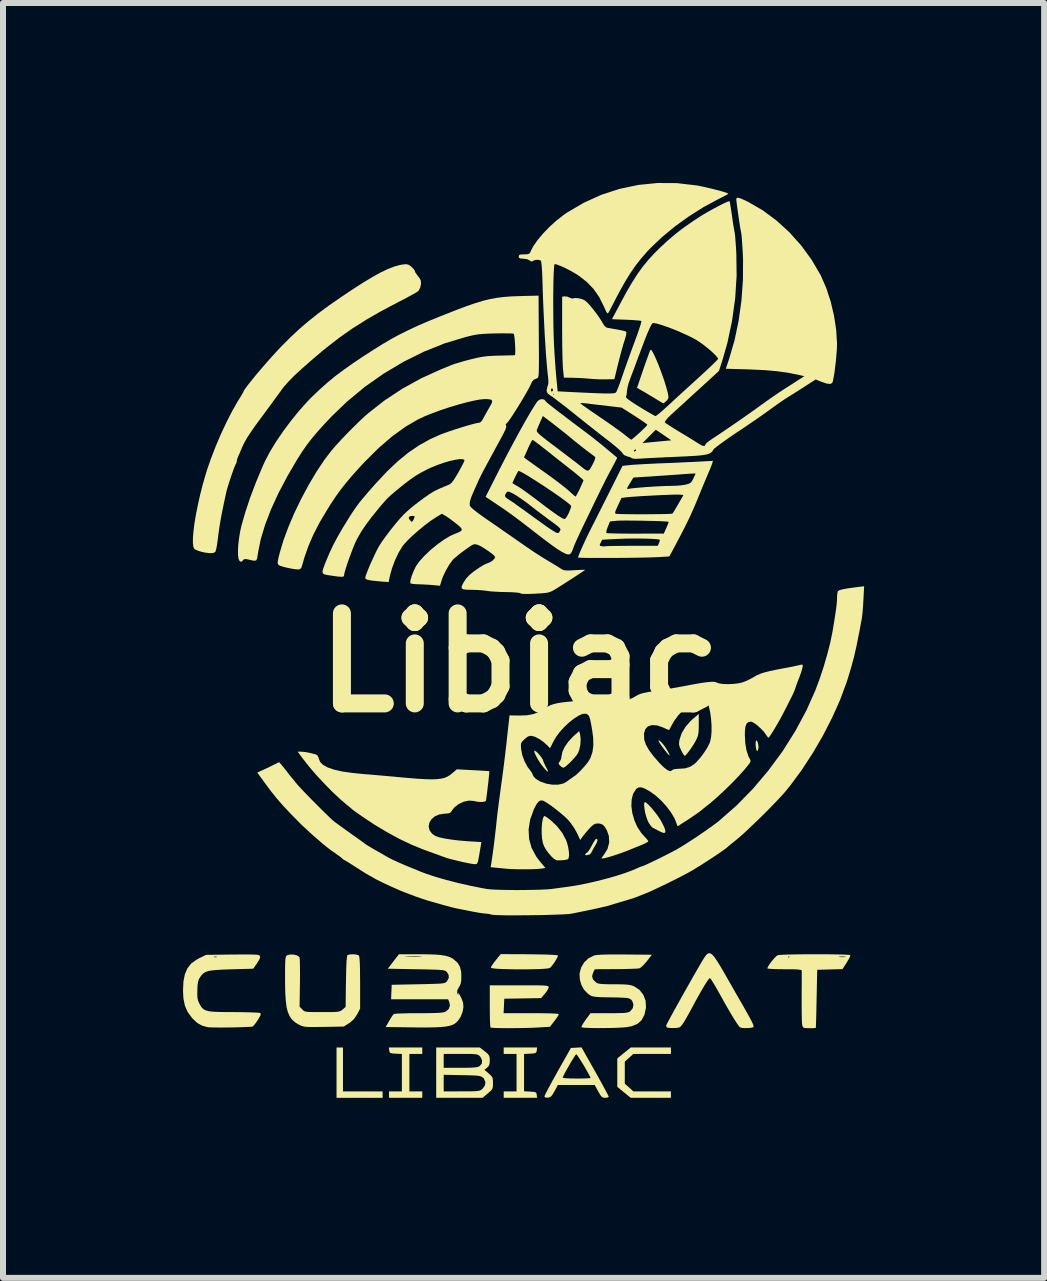
<source format=kicad_pcb>
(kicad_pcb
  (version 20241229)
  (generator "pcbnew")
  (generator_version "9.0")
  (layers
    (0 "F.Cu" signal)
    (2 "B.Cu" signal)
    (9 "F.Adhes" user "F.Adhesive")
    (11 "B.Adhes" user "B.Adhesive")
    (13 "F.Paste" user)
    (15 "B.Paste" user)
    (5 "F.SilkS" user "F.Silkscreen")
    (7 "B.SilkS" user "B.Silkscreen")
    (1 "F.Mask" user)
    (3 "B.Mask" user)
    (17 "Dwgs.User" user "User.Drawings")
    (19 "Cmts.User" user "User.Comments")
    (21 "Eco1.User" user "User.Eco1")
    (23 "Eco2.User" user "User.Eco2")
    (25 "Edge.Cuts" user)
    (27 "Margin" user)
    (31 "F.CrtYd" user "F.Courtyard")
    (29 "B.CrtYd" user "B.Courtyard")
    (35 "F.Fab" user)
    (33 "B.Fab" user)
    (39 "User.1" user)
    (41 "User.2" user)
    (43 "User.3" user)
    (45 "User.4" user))
  (footprint "Libiac"
    (layer "F.Cu")
    (at 5.613 7.995)
    (property "Reference" "Libiac" (at 0 0 0) (layer "F.SilkS") (effects (font (size 1.5 1.5) (thickness 0.3))))
    (attr board_only exclude_from_pos_files exclude_from_bom)
    (fp_poly (pts (xy -2.947 6.779) (xy -2.947 7.145) (xy -2.617 7.145) (xy -2.286 7.145) (xy -2.286 7.198) (xy -2.286 7.252) (xy -2.67 7.252) (xy -3.054 7.252) (xy -3.054 6.832) (xy -3.054 6.413) (xy -3.001 6.413) (xy -2.947 6.413)) (stroke (width 0) (type solid)) (fill yes) (layer "F.SilkS"))
    (fp_poly (pts (xy 3.947 1.295) (xy 3.964 1.322) (xy 3.975 1.368) (xy 3.978 1.419) (xy 3.97 1.456) (xy 3.97 1.456) (xy 3.956 1.474) (xy 3.947 1.462) (xy 3.941 1.444) (xy 3.933 1.396) (xy 3.93 1.347) (xy 3.934 1.31) (xy 3.943 1.294)) (stroke (width 0) (type solid)) (fill yes) (layer "F.SilkS"))
    (fp_poly (pts (xy 2.353 1.32) (xy 2.369 1.336) (xy 2.4 1.373) (xy 2.434 1.421) (xy 2.465 1.472) (xy 2.488 1.516) (xy 2.497 1.543) (xy 2.495 1.547) (xy 2.483 1.537) (xy 2.454 1.504) (xy 2.414 1.454) (xy 2.394 1.428) (xy 2.348 1.364) (xy 2.32 1.319) (xy 2.311 1.295) (xy 2.321 1.294)) (stroke (width 0) (type solid)) (fill yes) (layer "F.SilkS"))
    (fp_poly (pts (xy 0.26 1.471) (xy 0.291 1.496) (xy 0.326 1.534) (xy 0.359 1.575) (xy 0.382 1.612) (xy 0.387 1.625) (xy 0.402 1.668) (xy 0.428 1.723) (xy 0.44 1.746) (xy 0.466 1.795) (xy 0.471 1.817) (xy 0.456 1.811) (xy 0.424 1.778) (xy 0.38 1.726) (xy 0.338 1.669) (xy 0.299 1.606) (xy 0.267 1.547) (xy 0.246 1.499) (xy 0.241 1.47) (xy 0.242 1.466)) (stroke (width 0) (type solid)) (fill yes) (layer "F.SilkS"))
    (fp_poly (pts (xy 1.295 2.957) (xy 1.286 2.993) (xy 1.27 3.024) (xy 1.236 3.081) (xy 1.206 3.138) (xy 1.206 3.139) (xy 1.184 3.178) (xy 1.165 3.197) (xy 1.162 3.197) (xy 1.133 3.203) (xy 1.118 3.208) (xy 1.094 3.208) (xy 1.09 3.199) (xy 1.104 3.175) (xy 1.117 3.168) (xy 1.139 3.147) (xy 1.169 3.104) (xy 1.197 3.053) (xy 1.227 2.998) (xy 1.252 2.957) (xy 1.267 2.939) (xy 1.288 2.936)) (stroke (width 0) (type solid)) (fill yes) (layer "F.SilkS"))
    (fp_poly (pts (xy 2.519 6.466) (xy 2.519 6.52) (xy 2.206 6.52) (xy 1.893 6.52) (xy 1.822 6.584) (xy 1.75 6.649) (xy 1.75 6.832) (xy 1.75 7.016) (xy 1.822 7.08) (xy 1.893 7.145) (xy 2.206 7.145) (xy 2.519 7.145) (xy 2.519 7.198) (xy 2.519 7.252) (xy 2.184 7.252) (xy 1.849 7.252) (xy 1.737 7.161) (xy 1.625 7.069) (xy 1.625 6.832) (xy 1.625 6.595) (xy 1.737 6.504) (xy 1.849 6.413) (xy 2.184 6.413) (xy 2.519 6.413)) (stroke (width 0) (type solid)) (fill yes) (layer "F.SilkS"))
    (fp_poly (pts (xy 2.983 1.027) (xy 2.982 1.114) (xy 2.977 1.176) (xy 2.966 1.225) (xy 2.947 1.271) (xy 2.938 1.29) (xy 2.908 1.344) (xy 2.87 1.404) (xy 2.829 1.462) (xy 2.791 1.512) (xy 2.761 1.545) (xy 2.748 1.553) (xy 2.734 1.539) (xy 2.711 1.501) (xy 2.691 1.463) (xy 2.665 1.405) (xy 2.654 1.361) (xy 2.657 1.312) (xy 2.663 1.28) (xy 2.698 1.175) (xy 2.762 1.069) (xy 2.849 0.969) (xy 2.892 0.931) (xy 2.983 0.854)) (stroke (width 0) (type solid)) (fill yes) (layer "F.SilkS"))
    (fp_poly (pts (xy -1.625 6.466) (xy -1.625 6.52) (xy -1.733 6.52) (xy -1.84 6.52) (xy -1.84 6.832) (xy -1.84 7.145) (xy -1.733 7.145) (xy -1.625 7.145) (xy -1.625 7.198) (xy -1.625 7.252) (xy -1.902 7.252) (xy -2.179 7.252) (xy -2.179 7.198) (xy -2.179 7.145) (xy -2.072 7.145) (xy -1.965 7.145) (xy -1.965 6.833) (xy -1.965 6.521) (xy -2.068 6.516) (xy -2.126 6.512) (xy -2.157 6.504) (xy -2.171 6.488) (xy -2.176 6.462) (xy -2.182 6.413) (xy -1.904 6.413) (xy -1.625 6.413)) (stroke (width 0) (type solid)) (fill yes) (layer "F.SilkS"))
    (fp_poly (pts (xy 1.006 1.199) (xy 1.015 1.278) (xy 1.009 1.37) (xy 0.99 1.457) (xy 0.972 1.502) (xy 0.945 1.544) (xy 0.903 1.594) (xy 0.853 1.648) (xy 0.803 1.696) (xy 0.759 1.733) (xy 0.729 1.75) (xy 0.725 1.75) (xy 0.697 1.738) (xy 0.67 1.715) (xy 0.648 1.686) (xy 0.652 1.665) (xy 0.667 1.646) (xy 0.688 1.606) (xy 0.697 1.554) (xy 0.697 1.553) (xy 0.711 1.483) (xy 0.75 1.401) (xy 0.809 1.316) (xy 0.883 1.236) (xy 0.896 1.224) (xy 0.99 1.139)) (stroke (width 0) (type solid)) (fill yes) (layer "F.SilkS"))
    (fp_poly (pts (xy 2.111 2.336) (xy 2.151 2.373) (xy 2.2 2.426) (xy 2.252 2.49) (xy 2.303 2.557) (xy 2.345 2.621) (xy 2.365 2.656) (xy 2.407 2.741) (xy 2.427 2.799) (xy 2.424 2.831) (xy 2.399 2.838) (xy 2.351 2.82) (xy 2.322 2.806) (xy 2.27 2.778) (xy 2.224 2.755) (xy 2.218 2.752) (xy 2.187 2.724) (xy 2.152 2.673) (xy 2.132 2.634) (xy 2.11 2.574) (xy 2.091 2.507) (xy 2.079 2.439) (xy 2.072 2.38) (xy 2.074 2.339) (xy 2.085 2.322) (xy 2.085 2.322)) (stroke (width 0) (type solid)) (fill yes) (layer "F.SilkS"))
    (fp_poly (pts (xy 0.283 6.462) (xy 0.277 6.489) (xy 0.262 6.505) (xy 0.229 6.512) (xy 0.174 6.516) (xy 0.071 6.521) (xy 0.071 6.832) (xy 0.071 7.143) (xy 0.174 7.148) (xy 0.232 7.153) (xy 0.264 7.161) (xy 0.278 7.177) (xy 0.283 7.203) (xy 0.288 7.252) (xy 0.01 7.252) (xy -0.268 7.252) (xy -0.268 7.198) (xy -0.268 7.145) (xy -0.161 7.145) (xy -0.054 7.145) (xy -0.054 6.832) (xy -0.054 6.52) (xy -0.161 6.52) (xy -0.268 6.52) (xy -0.268 6.466) (xy -0.268 6.413) (xy 0.01 6.413) (xy 0.288 6.413)) (stroke (width 0) (type solid)) (fill yes) (layer "F.SilkS"))
    (fp_poly (pts (xy 0.432 2.565) (xy 0.471 2.591) (xy 0.516 2.626) (xy 0.62 2.724) (xy 0.708 2.837) (xy 0.771 2.956) (xy 0.788 3.002) (xy 0.808 3.082) (xy 0.819 3.157) (xy 0.821 3.22) (xy 0.812 3.263) (xy 0.799 3.277) (xy 0.746 3.288) (xy 0.682 3.294) (xy 0.626 3.294) (xy 0.612 3.292) (xy 0.574 3.272) (xy 0.526 3.228) (xy 0.475 3.169) (xy 0.429 3.103) (xy 0.407 3.064) (xy 0.384 3.003) (xy 0.37 2.923) (xy 0.365 2.841) (xy 0.365 2.754) (xy 0.371 2.675) (xy 0.382 2.61) (xy 0.397 2.568) (xy 0.412 2.554)) (stroke (width 0) (type solid)) (fill yes) (layer "F.SilkS"))
    (fp_poly (pts (xy 2.199 -5.203) (xy 2.22 -5.168) (xy 2.251 -5.105) (xy 2.259 -5.088) (xy 2.308 -4.974) (xy 2.357 -4.844) (xy 2.404 -4.712) (xy 2.442 -4.589) (xy 2.465 -4.505) (xy 2.476 -4.449) (xy 2.477 -4.414) (xy 2.466 -4.389) (xy 2.446 -4.366) (xy 2.415 -4.337) (xy 2.396 -4.323) (xy 2.395 -4.323) (xy 2.375 -4.332) (xy 2.335 -4.355) (xy 2.292 -4.381) (xy 2.229 -4.42) (xy 2.151 -4.466) (xy 2.077 -4.51) (xy 1.954 -4.581) (xy 2.055 -4.878) (xy 2.089 -4.977) (xy 2.121 -5.065) (xy 2.147 -5.137) (xy 2.165 -5.186) (xy 2.174 -5.206) (xy 2.185 -5.215)) (stroke (width 0) (type solid)) (fill yes) (layer "F.SilkS"))
    (fp_poly (pts (xy 0.153 4.859) (xy 0.28 4.861) (xy 0.394 4.863) (xy 0.491 4.866) (xy 0.567 4.87) (xy 0.617 4.874) (xy 0.635 4.878) (xy 0.631 4.9) (xy 0.611 4.94) (xy 0.581 4.99) (xy 0.546 5.038) (xy 0.515 5.076) (xy 0.503 5.086) (xy 0.477 5.094) (xy 0.422 5.1) (xy 0.344 5.105) (xy 0.249 5.108) (xy 0.141 5.11) (xy 0.028 5.111) (xy -0.087 5.11) (xy -0.196 5.108) (xy -0.296 5.105) (xy -0.379 5.101) (xy -0.441 5.095) (xy -0.476 5.088) (xy -0.482 5.083) (xy -0.472 5.058) (xy -0.443 5.014) (xy -0.404 4.962) (xy -0.4 4.958) (xy -0.318 4.857)) (stroke (width 0) (type solid)) (fill yes) (layer "F.SilkS"))
    (fp_poly (pts (xy 0.136 5.377) (xy 0.25 5.377) (xy 0.336 5.378) (xy 0.397 5.38) (xy 0.439 5.384) (xy 0.464 5.389) (xy 0.477 5.395) (xy 0.482 5.403) (xy 0.482 5.409) (xy 0.471 5.44) (xy 0.443 5.485) (xy 0.419 5.516) (xy 0.355 5.59) (xy 0.048 5.595) (xy -0.259 5.6) (xy -0.264 5.72) (xy -0.27 5.841) (xy 0.186 5.841) (xy 0.31 5.841) (xy 0.421 5.843) (xy 0.516 5.845) (xy 0.589 5.848) (xy 0.635 5.852) (xy 0.65 5.855) (xy 0.644 5.875) (xy 0.62 5.914) (xy 0.583 5.965) (xy 0.58 5.969) (xy 0.502 6.068) (xy 0.311 6.079) (xy 0.222 6.084) (xy 0.119 6.087) (xy 0.009 6.089) (xy -0.103 6.09) (xy -0.211 6.091) (xy -0.309 6.09) (xy -0.392 6.088) (xy -0.452 6.085) (xy -0.485 6.081) (xy -0.488 6.079) (xy -0.492 6.058) (xy -0.495 6.008) (xy -0.498 5.932) (xy -0.499 5.839) (xy -0.5 5.732) (xy -0.5 5.722) (xy -0.5 5.377) (xy -0.009 5.377)) (stroke (width 0) (type solid)) (fill yes) (layer "F.SilkS"))
    (fp_poly (pts (xy 0.793 -6.101) (xy 0.828 -6.085) (xy 0.872 -6.069) (xy 0.895 -6.074) (xy 0.929 -6.079) (xy 0.984 -6.073) (xy 1.01 -6.067) (xy 1.052 -6.054) (xy 1.087 -6.036) (xy 1.122 -6.006) (xy 1.165 -5.96) (xy 1.219 -5.895) (xy 1.274 -5.824) (xy 1.324 -5.754) (xy 1.362 -5.695) (xy 1.377 -5.668) (xy 1.412 -5.612) (xy 1.448 -5.585) (xy 1.453 -5.583) (xy 1.489 -5.577) (xy 1.549 -5.566) (xy 1.618 -5.554) (xy 1.62 -5.554) (xy 1.686 -5.541) (xy 1.739 -5.529) (xy 1.768 -5.519) (xy 1.769 -5.519) (xy 1.777 -5.502) (xy 1.773 -5.465) (xy 1.756 -5.402) (xy 1.744 -5.365) (xy 1.722 -5.293) (xy 1.695 -5.199) (xy 1.667 -5.093) (xy 1.64 -4.987) (xy 1.637 -4.975) (xy 1.576 -4.725) (xy 1.427 -4.723) (xy 1.335 -4.723) (xy 1.238 -4.727) (xy 1.154 -4.734) (xy 1.152 -4.734) (xy 1.069 -4.741) (xy 0.971 -4.746) (xy 0.881 -4.749) (xy 0.735 -4.751) (xy 0.721 -4.89) (xy 0.717 -4.944) (xy 0.713 -5.027) (xy 0.711 -5.134) (xy 0.708 -5.259) (xy 0.707 -5.396) (xy 0.706 -5.538) (xy 0.706 -5.564) (xy 0.706 -6.1) (xy 0.747 -6.106)) (stroke (width 0) (type solid)) (fill yes) (layer "F.SilkS"))
    (fp_poly (pts (xy 1.256 6.813) (xy 1.317 6.922) (xy 1.372 7.022) (xy 1.418 7.107) (xy 1.454 7.174) (xy 1.476 7.218) (xy 1.483 7.234) (xy 1.467 7.246) (xy 1.429 7.252) (xy 1.424 7.252) (xy 1.391 7.249) (xy 1.366 7.235) (xy 1.341 7.204) (xy 1.308 7.147) (xy 1.307 7.145) (xy 1.248 7.038) (xy 0.941 7.038) (xy 0.634 7.038) (xy 0.579 7.141) (xy 0.546 7.198) (xy 0.519 7.23) (xy 0.491 7.245) (xy 0.468 7.249) (xy 0.425 7.247) (xy 0.411 7.23) (xy 0.411 7.229) (xy 0.419 7.207) (xy 0.443 7.158) (xy 0.48 7.088) (xy 0.527 7) (xy 0.574 6.915) (xy 0.714 6.915) (xy 0.731 6.921) (xy 0.777 6.926) (xy 0.845 6.929) (xy 0.93 6.93) (xy 0.947 6.931) (xy 1.033 6.93) (xy 1.105 6.928) (xy 1.155 6.925) (xy 1.178 6.922) (xy 1.179 6.921) (xy 1.17 6.898) (xy 1.147 6.854) (xy 1.114 6.795) (xy 1.076 6.728) (xy 1.035 6.661) (xy 0.997 6.601) (xy 0.966 6.554) (xy 0.945 6.528) (xy 0.941 6.525) (xy 0.926 6.541) (xy 0.899 6.582) (xy 0.864 6.639) (xy 0.825 6.706) (xy 0.786 6.774) (xy 0.752 6.836) (xy 0.727 6.885) (xy 0.715 6.912) (xy 0.714 6.915) (xy 0.574 6.915) (xy 0.583 6.899) (xy 0.631 6.812) (xy 0.852 6.421) (xy 0.94 6.416) (xy 1.029 6.411)) (stroke (width 0) (type solid)) (fill yes) (layer "F.SilkS"))
    (fp_poly (pts (xy 3.201 4.859) (xy 3.24 4.901) (xy 3.287 4.969) (xy 3.346 5.065) (xy 3.403 5.162) (xy 3.457 5.257) (xy 3.524 5.373) (xy 3.596 5.5) (xy 3.669 5.627) (xy 3.729 5.731) (xy 3.793 5.845) (xy 3.841 5.931) (xy 3.873 5.994) (xy 3.891 6.036) (xy 3.897 6.062) (xy 3.893 6.074) (xy 3.892 6.075) (xy 3.859 6.084) (xy 3.806 6.089) (xy 3.747 6.09) (xy 3.696 6.085) (xy 3.67 6.077) (xy 3.649 6.053) (xy 3.614 6.003) (xy 3.569 5.933) (xy 3.518 5.849) (xy 3.463 5.755) (xy 3.415 5.671) (xy 3.342 5.539) (xy 3.284 5.436) (xy 3.239 5.359) (xy 3.206 5.305) (xy 3.184 5.272) (xy 3.17 5.258) (xy 3.168 5.256) (xy 3.152 5.269) (xy 3.122 5.31) (xy 3.08 5.376) (xy 3.028 5.464) (xy 2.968 5.57) (xy 2.902 5.691) (xy 2.899 5.698) (xy 2.831 5.823) (xy 2.778 5.918) (xy 2.736 5.989) (xy 2.703 6.037) (xy 2.678 6.066) (xy 2.658 6.079) (xy 2.655 6.08) (xy 2.609 6.087) (xy 2.549 6.089) (xy 2.492 6.087) (xy 2.454 6.08) (xy 2.453 6.08) (xy 2.44 6.058) (xy 2.442 6.041) (xy 2.456 6.012) (xy 2.485 5.957) (xy 2.527 5.88) (xy 2.578 5.786) (xy 2.638 5.679) (xy 2.702 5.564) (xy 2.769 5.445) (xy 2.835 5.328) (xy 2.899 5.216) (xy 2.957 5.114) (xy 3.008 5.027) (xy 3.048 4.959) (xy 3.075 4.915) (xy 3.08 4.908) (xy 3.111 4.867) (xy 3.139 4.845) (xy 3.169 4.841)) (stroke (width 0) (type solid)) (fill yes) (layer "F.SilkS"))
    (fp_poly (pts (xy -0.583 6.477) (xy -0.536 6.516) (xy -0.512 6.547) (xy -0.502 6.582) (xy -0.5 6.628) (xy -0.504 6.686) (xy -0.519 6.723) (xy -0.545 6.749) (xy -0.59 6.784) (xy -0.518 6.846) (xy -0.477 6.884) (xy -0.455 6.916) (xy -0.448 6.958) (xy -0.447 7.006) (xy -0.448 7.062) (xy -0.456 7.099) (xy -0.478 7.13) (xy -0.52 7.167) (xy -0.534 7.179) (xy -0.621 7.252) (xy -1.007 7.252) (xy -1.393 7.252) (xy -1.393 6.868) (xy -1.268 6.868) (xy -1.268 7.006) (xy -1.268 7.145) (xy -0.969 7.144) (xy -0.859 7.144) (xy -0.779 7.143) (xy -0.722 7.14) (xy -0.684 7.135) (xy -0.658 7.127) (xy -0.638 7.115) (xy -0.621 7.101) (xy -0.581 7.046) (xy -0.573 6.988) (xy -0.598 6.932) (xy -0.612 6.917) (xy -0.629 6.904) (xy -0.651 6.894) (xy -0.683 6.886) (xy -0.73 6.881) (xy -0.799 6.878) (xy -0.895 6.875) (xy -0.96 6.874) (xy -1.268 6.868) (xy -1.393 6.868) (xy -1.393 6.832) (xy -1.393 6.636) (xy -1.268 6.636) (xy -1.268 6.752) (xy -0.991 6.752) (xy -0.879 6.751) (xy -0.798 6.749) (xy -0.74 6.744) (xy -0.701 6.737) (xy -0.675 6.726) (xy -0.669 6.723) (xy -0.633 6.681) (xy -0.628 6.629) (xy -0.653 6.574) (xy -0.664 6.561) (xy -0.68 6.545) (xy -0.699 6.534) (xy -0.726 6.527) (xy -0.767 6.523) (xy -0.828 6.52) (xy -0.916 6.52) (xy -0.986 6.52) (xy -1.268 6.52) (xy -1.268 6.636) (xy -1.393 6.636) (xy -1.393 6.413) (xy -1.03 6.413) (xy -0.667 6.413)) (stroke (width 0) (type solid)) (fill yes) (layer "F.SilkS"))
    (fp_poly (pts (xy -2.727 4.864) (xy -2.688 4.876) (xy -2.683 4.88) (xy -2.675 4.899) (xy -2.67 4.942) (xy -2.666 5.012) (xy -2.663 5.11) (xy -2.662 5.24) (xy -2.661 5.333) (xy -2.661 5.765) (xy -2.711 5.861) (xy -2.764 5.94) (xy -2.832 6) (xy -2.848 6.01) (xy -2.935 6.064) (xy -3.267 6.07) (xy -3.385 6.071) (xy -3.472 6.072) (xy -3.537 6.07) (xy -3.583 6.066) (xy -3.618 6.059) (xy -3.647 6.049) (xy -3.676 6.035) (xy -3.679 6.034) (xy -3.743 5.995) (xy -3.794 5.95) (xy -3.834 5.895) (xy -3.865 5.825) (xy -3.887 5.737) (xy -3.901 5.626) (xy -3.909 5.488) (xy -3.912 5.32) (xy -3.912 5.275) (xy -3.912 5.149) (xy -3.911 5.055) (xy -3.909 4.986) (xy -3.906 4.939) (xy -3.901 4.909) (xy -3.894 4.891) (xy -3.884 4.881) (xy -3.874 4.875) (xy -3.827 4.863) (xy -3.77 4.864) (xy -3.716 4.877) (xy -3.679 4.9) (xy -3.67 4.914) (xy -3.667 4.941) (xy -3.665 4.999) (xy -3.664 5.081) (xy -3.663 5.181) (xy -3.664 5.295) (xy -3.664 5.34) (xy -3.67 5.732) (xy -3.627 5.777) (xy -3.61 5.794) (xy -3.592 5.807) (xy -3.568 5.815) (xy -3.531 5.82) (xy -3.475 5.822) (xy -3.395 5.823) (xy -3.293 5.823) (xy -3.185 5.823) (xy -3.106 5.822) (xy -3.051 5.819) (xy -3.014 5.813) (xy -2.988 5.805) (xy -2.968 5.792) (xy -2.953 5.78) (xy -2.903 5.737) (xy -2.897 5.311) (xy -2.894 5.162) (xy -2.891 5.046) (xy -2.886 4.961) (xy -2.88 4.905) (xy -2.874 4.877) (xy -2.87 4.872) (xy -2.833 4.862) (xy -2.78 4.859)) (stroke (width 0) (type solid)) (fill yes) (layer "F.SilkS"))
    (fp_poly (pts (xy 5.061 4.859) (xy 5.181 4.86) (xy 5.29 4.862) (xy 5.382 4.864) (xy 5.453 4.867) (xy 5.497 4.871) (xy 5.509 4.874) (xy 5.505 4.896) (xy 5.484 4.938) (xy 5.452 4.992) (xy 5.448 4.999) (xy 5.378 5.107) (xy 5.167 5.112) (xy 4.957 5.118) (xy 4.947 5.6) (xy 4.944 5.727) (xy 4.942 5.842) (xy 4.939 5.94) (xy 4.937 6.017) (xy 4.935 6.067) (xy 4.934 6.086) (xy 4.934 6.087) (xy 4.915 6.089) (xy 4.872 6.091) (xy 4.825 6.091) (xy 4.765 6.09) (xy 4.732 6.084) (xy 4.716 6.069) (xy 4.708 6.043) (xy 4.704 6.012) (xy 4.701 5.951) (xy 4.699 5.866) (xy 4.698 5.762) (xy 4.698 5.645) (xy 4.698 5.575) (xy 4.698 5.455) (xy 4.699 5.346) (xy 4.699 5.254) (xy 4.699 5.184) (xy 4.699 5.141) (xy 4.699 5.131) (xy 4.689 5.122) (xy 4.659 5.116) (xy 4.604 5.111) (xy 4.521 5.109) (xy 4.412 5.109) (xy 4.315 5.108) (xy 4.233 5.106) (xy 4.17 5.102) (xy 4.133 5.098) (xy 4.126 5.095) (xy 4.137 5.065) (xy 4.166 5.019) (xy 4.205 4.968) (xy 4.246 4.92) (xy 4.267 4.9) (xy 4.471 4.9) (xy 4.474 4.911) (xy 4.483 4.912) (xy 4.498 4.906) (xy 4.497 4.903) (xy 5.316 4.903) (xy 5.337 4.906) (xy 5.377 4.907) (xy 5.421 4.906) (xy 5.437 4.903) (xy 5.426 4.899) (xy 5.368 4.896) (xy 5.327 4.899) (xy 5.316 4.903) (xy 4.497 4.903) (xy 4.495 4.9) (xy 4.474 4.898) (xy 4.471 4.9) (xy 4.267 4.9) (xy 4.282 4.886) (xy 4.298 4.876) (xy 4.327 4.871) (xy 4.385 4.867) (xy 4.467 4.864) (xy 4.568 4.862) (xy 4.683 4.86) (xy 4.807 4.859) (xy 4.935 4.859)) (stroke (width 0) (type solid)) (fill yes) (layer "F.SilkS"))
    (fp_poly (pts (xy -4.492 4.863) (xy -4.419 4.865) (xy -4.374 4.868) (xy -4.363 4.869) (xy -4.334 4.883) (xy -4.326 4.907) (xy -4.34 4.945) (xy -4.376 5.004) (xy -4.382 5.013) (xy -4.442 5.1) (xy -4.807 5.11) (xy -4.945 5.115) (xy -5.052 5.121) (xy -5.134 5.129) (xy -5.195 5.14) (xy -5.24 5.157) (xy -5.275 5.179) (xy -5.304 5.208) (xy -5.326 5.238) (xy -5.348 5.275) (xy -5.362 5.318) (xy -5.37 5.378) (xy -5.374 5.45) (xy -5.375 5.532) (xy -5.372 5.59) (xy -5.361 5.635) (xy -5.342 5.678) (xy -5.319 5.721) (xy -5.295 5.754) (xy -5.265 5.779) (xy -5.226 5.797) (xy -5.173 5.81) (xy -5.101 5.817) (xy -5.005 5.821) (xy -4.881 5.823) (xy -4.769 5.823) (xy -4.649 5.824) (xy -4.541 5.826) (xy -4.449 5.829) (xy -4.379 5.832) (xy -4.336 5.836) (xy -4.326 5.839) (xy -4.317 5.854) (xy -4.325 5.883) (xy -4.352 5.931) (xy -4.367 5.956) (xy -4.403 6.008) (xy -4.434 6.047) (xy -4.453 6.064) (xy -4.483 6.068) (xy -4.542 6.071) (xy -4.623 6.074) (xy -4.718 6.077) (xy -4.82 6.079) (xy -4.923 6.08) (xy -5.02 6.08) (xy -5.103 6.079) (xy -5.166 6.077) (xy -5.198 6.075) (xy -5.292 6.05) (xy -5.373 6.006) (xy -5.45 5.934) (xy -5.463 5.92) (xy -5.534 5.824) (xy -5.581 5.718) (xy -5.606 5.596) (xy -5.613 5.466) (xy -5.606 5.315) (xy -5.582 5.193) (xy -5.54 5.094) (xy -5.478 5.015) (xy -5.392 4.952) (xy -5.349 4.928) (xy -5.305 4.907) (xy -5.097 4.907) (xy -5.073 4.909) (xy -5.047 4.906) (xy -5.051 4.9) (xy -5.087 4.898) (xy -5.095 4.9) (xy -5.097 4.907) (xy -5.305 4.907) (xy -5.228 4.869) (xy -4.816 4.864) (xy -4.696 4.863) (xy -4.586 4.863)) (stroke (width 0) (type solid)) (fill yes) (layer "F.SilkS"))
    (fp_poly (pts (xy 1.754 4.863) (xy 1.76 4.863) (xy 2.201 4.867) (xy 2.118 4.975) (xy 2.072 5.028) (xy 2.029 5.07) (xy 1.998 5.093) (xy 1.995 5.093) (xy 1.966 5.097) (xy 1.907 5.1) (xy 1.824 5.103) (xy 1.725 5.106) (xy 1.615 5.107) (xy 1.604 5.107) (xy 1.251 5.109) (xy 1.223 5.163) (xy 1.205 5.224) (xy 1.219 5.277) (xy 1.263 5.322) (xy 1.284 5.337) (xy 1.31 5.347) (xy 1.347 5.353) (xy 1.401 5.357) (xy 1.48 5.359) (xy 1.57 5.359) (xy 1.679 5.36) (xy 1.76 5.363) (xy 1.819 5.369) (xy 1.863 5.378) (xy 1.899 5.391) (xy 1.903 5.392) (xy 1.994 5.452) (xy 2.059 5.534) (xy 2.097 5.633) (xy 2.103 5.743) (xy 2.102 5.754) (xy 2.077 5.869) (xy 2.031 5.957) (xy 1.962 6.019) (xy 1.866 6.058) (xy 1.772 6.075) (xy 1.702 6.08) (xy 1.613 6.085) (xy 1.514 6.088) (xy 1.409 6.089) (xy 1.306 6.09) (xy 1.211 6.089) (xy 1.129 6.086) (xy 1.068 6.083) (xy 1.033 6.078) (xy 1.028 6.075) (xy 1.033 6.054) (xy 1.056 6.013) (xy 1.091 5.96) (xy 1.099 5.95) (xy 1.179 5.841) (xy 1.489 5.841) (xy 1.602 5.841) (xy 1.686 5.839) (xy 1.745 5.837) (xy 1.786 5.831) (xy 1.814 5.824) (xy 1.835 5.813) (xy 1.846 5.804) (xy 1.884 5.755) (xy 1.894 5.696) (xy 1.875 5.639) (xy 1.856 5.616) (xy 1.838 5.603) (xy 1.813 5.593) (xy 1.776 5.587) (xy 1.72 5.583) (xy 1.64 5.58) (xy 1.539 5.578) (xy 1.421 5.576) (xy 1.333 5.574) (xy 1.269 5.569) (xy 1.222 5.562) (xy 1.188 5.551) (xy 1.16 5.535) (xy 1.131 5.513) (xy 1.126 5.508) (xy 1.067 5.445) (xy 1.025 5.366) (xy 1.001 5.282) (xy 0.996 5.181) (xy 1.021 5.083) (xy 1.073 4.995) (xy 1.147 4.925) (xy 1.238 4.88) (xy 1.248 4.877) (xy 1.291 4.871) (xy 1.367 4.866) (xy 1.472 4.863) (xy 1.602 4.862)) (stroke (width 0) (type solid)) (fill yes) (layer "F.SilkS"))
    (fp_poly (pts (xy -1.534 4.86) (xy -1.41 4.864) (xy -1.313 4.872) (xy -1.236 4.885) (xy -1.176 4.903) (xy -1.127 4.926) (xy -1.108 4.939) (xy -1.04 4.997) (xy -0.998 5.065) (xy -0.977 5.151) (xy -0.974 5.225) (xy -0.976 5.3) (xy -0.986 5.352) (xy -1.004 5.392) (xy -1.013 5.405) (xy -1.043 5.463) (xy -1.042 5.511) (xy -1.028 5.532) (xy -1.021 5.533) (xy -1.025 5.524) (xy -1.032 5.504) (xy -1.029 5.502) (xy -1.014 5.516) (xy -0.992 5.554) (xy -0.969 5.603) (xy -0.949 5.654) (xy -0.945 5.668) (xy -0.939 5.739) (xy -0.954 5.822) (xy -0.986 5.902) (xy -1.013 5.945) (xy -1.043 5.981) (xy -1.075 6.01) (xy -1.114 6.033) (xy -1.164 6.05) (xy -1.227 6.063) (xy -1.309 6.072) (xy -1.412 6.077) (xy -1.54 6.079) (xy -1.697 6.079) (xy -1.845 6.077) (xy -2.235 6.072) (xy -2.177 5.97) (xy -2.144 5.915) (xy -2.116 5.874) (xy -2.1 5.855) (xy -2.077 5.851) (xy -2.024 5.847) (xy -1.946 5.845) (xy -1.849 5.842) (xy -1.737 5.841) (xy -1.683 5.841) (xy -1.546 5.841) (xy -1.44 5.839) (xy -1.361 5.836) (xy -1.304 5.832) (xy -1.264 5.825) (xy -1.237 5.816) (xy -1.232 5.814) (xy -1.184 5.771) (xy -1.164 5.713) (xy -1.176 5.652) (xy -1.196 5.609) (xy -1.671 5.609) (xy -2.145 5.609) (xy -2.14 5.488) (xy -2.135 5.368) (xy -1.691 5.359) (xy -1.554 5.356) (xy -1.448 5.353) (xy -1.369 5.35) (xy -1.312 5.347) (xy -1.273 5.342) (xy -1.248 5.335) (xy -1.231 5.327) (xy -1.219 5.315) (xy -1.213 5.308) (xy -1.183 5.253) (xy -1.187 5.201) (xy -1.213 5.16) (xy -1.224 5.147) (xy -1.237 5.137) (xy -1.256 5.13) (xy -1.285 5.124) (xy -1.33 5.12) (xy -1.393 5.116) (xy -1.479 5.114) (xy -1.593 5.111) (xy -1.724 5.109) (xy -2.2 5.1) (xy -2.107 4.979) (xy -2.047 4.901) (xy -1.916 4.901) (xy -1.911 4.903) (xy -1.875 4.904) (xy -1.812 4.905) (xy -1.777 4.905) (xy -1.702 4.905) (xy -1.653 4.904) (xy -1.632 4.902) (xy -1.642 4.9) (xy -1.656 4.899) (xy -1.737 4.896) (xy -1.83 4.897) (xy -1.888 4.899) (xy -1.916 4.901) (xy -2.047 4.901) (xy -2.014 4.859) (xy -1.688 4.859)) (stroke (width 0) (type solid)) (fill yes) (layer "F.SilkS"))
    (fp_poly (pts (xy -3.641 1.483) (xy -3.58 1.488) (xy -3.519 1.499) (xy -3.461 1.513) (xy -3.41 1.525) (xy -3.409 1.525) (xy -3.373 1.543) (xy -3.354 1.582) (xy -3.351 1.596) (xy -3.327 1.654) (xy -3.278 1.704) (xy -3.201 1.746) (xy -3.096 1.782) (xy -2.96 1.813) (xy -2.792 1.837) (xy -2.59 1.857) (xy -2.581 1.858) (xy -2.475 1.866) (xy -2.348 1.877) (xy -2.214 1.889) (xy -2.088 1.9) (xy -2.063 1.903) (xy -1.872 1.92) (xy -1.712 1.933) (xy -1.58 1.941) (xy -1.472 1.944) (xy -1.385 1.941) (xy -1.315 1.933) (xy -1.257 1.92) (xy -1.209 1.9) (xy -1.166 1.874) (xy -1.126 1.843) (xy -1.05 1.777) (xy -0.781 1.791) (xy -0.687 1.796) (xy -0.607 1.801) (xy -0.547 1.805) (xy -0.513 1.808) (xy -0.507 1.809) (xy -0.508 1.827) (xy -0.512 1.873) (xy -0.519 1.938) (xy -0.527 2.015) (xy -0.537 2.096) (xy -0.546 2.173) (xy -0.555 2.238) (xy -0.561 2.284) (xy -0.564 2.3) (xy -0.585 2.315) (xy -0.631 2.321) (xy -0.691 2.319) (xy -0.755 2.308) (xy -0.767 2.304) (xy -0.848 2.298) (xy -0.936 2.317) (xy -1.022 2.358) (xy -1.094 2.416) (xy -1.13 2.463) (xy -1.153 2.495) (xy -1.182 2.51) (xy -1.229 2.515) (xy -1.249 2.516) (xy -1.342 2.529) (xy -1.418 2.562) (xy -1.474 2.611) (xy -1.508 2.669) (xy -1.519 2.733) (xy -1.503 2.795) (xy -1.459 2.852) (xy -1.408 2.887) (xy -1.35 2.908) (xy -1.263 2.928) (xy -1.153 2.946) (xy -1.025 2.962) (xy -0.887 2.974) (xy -0.843 2.977) (xy -0.64 2.989) (xy -0.649 3.044) (xy -0.668 3.156) (xy -0.682 3.238) (xy -0.693 3.294) (xy -0.703 3.33) (xy -0.713 3.349) (xy -0.724 3.356) (xy -0.74 3.357) (xy -0.758 3.357) (xy -0.798 3.352) (xy -0.863 3.34) (xy -0.942 3.324) (xy -1 3.31) (xy -1.08 3.291) (xy -1.148 3.274) (xy -1.196 3.261) (xy -1.215 3.256) (xy -1.275 3.234) (xy -1.352 3.206) (xy -1.435 3.176) (xy -1.514 3.147) (xy -1.58 3.123) (xy -1.623 3.107) (xy -1.625 3.107) (xy -1.809 3.031) (xy -2.01 2.935) (xy -2.217 2.822) (xy -2.424 2.698) (xy -2.554 2.612) (xy -2.632 2.559) (xy -2.7 2.512) (xy -2.751 2.476) (xy -2.781 2.454) (xy -2.786 2.449) (xy -2.804 2.433) (xy -2.841 2.402) (xy -2.885 2.367) (xy -3.001 2.267) (xy -3.13 2.146) (xy -3.263 2.01) (xy -3.394 1.869) (xy -3.513 1.73) (xy -3.615 1.6) (xy -3.633 1.576) (xy -3.701 1.483)) (stroke (width 0) (type solid)) (fill yes) (layer "F.SilkS"))
    (fp_poly (pts (xy -1.854 -6.633) (xy -1.815 -6.607) (xy -1.808 -6.6) (xy -1.772 -6.565) (xy -1.752 -6.536) (xy -1.75 -6.53) (xy -1.74 -6.503) (xy -1.713 -6.464) (xy -1.706 -6.455) (xy -1.673 -6.413) (xy -1.652 -6.375) (xy -1.65 -6.371) (xy -1.646 -6.315) (xy -1.659 -6.252) (xy -1.686 -6.201) (xy -1.695 -6.191) (xy -1.721 -6.174) (xy -1.773 -6.144) (xy -1.846 -6.104) (xy -1.934 -6.057) (xy -2.029 -6.008) (xy -2.306 -5.862) (xy -2.554 -5.719) (xy -2.783 -5.575) (xy -3 -5.423) (xy -3.212 -5.259) (xy -3.297 -5.19) (xy -3.476 -5.038) (xy -3.627 -4.905) (xy -3.752 -4.79) (xy -3.851 -4.69) (xy -3.926 -4.606) (xy -3.964 -4.557) (xy -4.004 -4.5) (xy -4.062 -4.422) (xy -4.131 -4.327) (xy -4.207 -4.224) (xy -4.285 -4.118) (xy -4.314 -4.079) (xy -4.411 -3.947) (xy -4.487 -3.837) (xy -4.546 -3.747) (xy -4.589 -3.671) (xy -4.621 -3.605) (xy -4.624 -3.599) (xy -4.653 -3.53) (xy -4.678 -3.471) (xy -4.696 -3.432) (xy -4.699 -3.425) (xy -4.714 -3.382) (xy -4.716 -3.362) (xy -4.724 -3.325) (xy -4.732 -3.313) (xy -4.744 -3.289) (xy -4.764 -3.239) (xy -4.789 -3.17) (xy -4.816 -3.091) (xy -4.843 -3.008) (xy -4.867 -2.931) (xy -4.886 -2.866) (xy -4.894 -2.831) (xy -4.926 -2.683) (xy -4.951 -2.563) (xy -4.971 -2.463) (xy -4.987 -2.375) (xy -5.001 -2.294) (xy -5.013 -2.21) (xy -5.026 -2.118) (xy -5.037 -2.028) (xy -5.048 -1.954) (xy -5.06 -1.892) (xy -5.072 -1.853) (xy -5.076 -1.845) (xy -5.111 -1.828) (xy -5.171 -1.826) (xy -5.251 -1.836) (xy -5.311 -1.85) (xy -5.367 -1.868) (xy -5.41 -1.887) (xy -5.423 -1.895) (xy -5.44 -1.93) (xy -5.448 -1.995) (xy -5.447 -2.087) (xy -5.437 -2.202) (xy -5.42 -2.335) (xy -5.395 -2.482) (xy -5.363 -2.64) (xy -5.326 -2.805) (xy -5.283 -2.973) (xy -5.235 -3.14) (xy -5.212 -3.215) (xy -5.146 -3.405) (xy -5.068 -3.606) (xy -4.981 -3.81) (xy -4.889 -4.007) (xy -4.795 -4.19) (xy -4.705 -4.35) (xy -4.673 -4.401) (xy -4.64 -4.454) (xy -4.617 -4.494) (xy -4.608 -4.513) (xy -4.597 -4.537) (xy -4.565 -4.583) (xy -4.516 -4.648) (xy -4.452 -4.727) (xy -4.379 -4.817) (xy -4.298 -4.912) (xy -4.214 -5.009) (xy -4.129 -5.104) (xy -4.048 -5.193) (xy -3.985 -5.26) (xy -3.833 -5.413) (xy -3.684 -5.553) (xy -3.532 -5.684) (xy -3.369 -5.814) (xy -3.188 -5.948) (xy -2.982 -6.091) (xy -2.976 -6.095) (xy -2.776 -6.229) (xy -2.601 -6.341) (xy -2.448 -6.433) (xy -2.315 -6.506) (xy -2.197 -6.562) (xy -2.094 -6.602) (xy -2.002 -6.628) (xy -1.949 -6.637) (xy -1.893 -6.642)) (stroke (width 0) (type solid)) (fill yes) (layer "F.SilkS"))
    (fp_poly (pts (xy 3.207 -3.321) (xy 3.193 -3.283) (xy 3.17 -3.225) (xy 3.143 -3.162) (xy 3.12 -3.107) (xy 3.086 -3.027) (xy 3.046 -2.93) (xy 3.002 -2.823) (xy 2.965 -2.733) (xy 2.92 -2.625) (xy 2.876 -2.524) (xy 2.831 -2.424) (xy 2.78 -2.32) (xy 2.722 -2.204) (xy 2.652 -2.07) (xy 2.569 -1.914) (xy 2.547 -1.872) (xy 2.492 -1.771) (xy 2.331 -1.761) (xy 2.267 -1.758) (xy 2.179 -1.755) (xy 2.072 -1.752) (xy 1.951 -1.75) (xy 1.819 -1.748) (xy 1.683 -1.747) (xy 1.546 -1.746) (xy 1.414 -1.746) (xy 1.29 -1.746) (xy 1.181 -1.746) (xy 1.089 -1.747) (xy 1.021 -1.749) (xy 0.981 -1.751) (xy 0.972 -1.753) (xy 0.976 -1.773) (xy 0.994 -1.82) (xy 1.022 -1.886) (xy 1.057 -1.965) (xy 1.332 -1.965) (xy 1.337 -1.949) (xy 1.362 -1.942) (xy 1.405 -1.938) (xy 1.427 -1.941) (xy 1.451 -1.943) (xy 1.506 -1.945) (xy 1.586 -1.946) (xy 1.685 -1.947) (xy 1.8 -1.948) (xy 1.875 -1.948) (xy 2.299 -1.948) (xy 2.32 -1.994) (xy 2.333 -2.031) (xy 2.332 -2.05) (xy 2.309 -2.056) (xy 2.256 -2.061) (xy 2.179 -2.065) (xy 2.085 -2.068) (xy 1.98 -2.07) (xy 1.869 -2.07) (xy 1.76 -2.068) (xy 1.658 -2.064) (xy 1.637 -2.064) (xy 1.374 -2.05) (xy 1.348 -2) (xy 1.332 -1.965) (xy 1.057 -1.965) (xy 1.059 -1.968) (xy 1.1 -2.058) (xy 1.145 -2.151) (xy 1.153 -2.167) (xy 1.442 -2.167) (xy 1.447 -2.161) (xy 1.469 -2.158) (xy 1.522 -2.156) (xy 1.601 -2.154) (xy 1.701 -2.152) (xy 1.817 -2.151) (xy 1.933 -2.151) (xy 2.4 -2.152) (xy 2.443 -2.247) (xy 2.465 -2.299) (xy 2.478 -2.336) (xy 2.48 -2.348) (xy 2.46 -2.352) (xy 2.409 -2.355) (xy 2.335 -2.359) (xy 2.244 -2.362) (xy 2.141 -2.364) (xy 2.032 -2.367) (xy 1.923 -2.368) (xy 1.821 -2.369) (xy 1.731 -2.369) (xy 1.66 -2.368) (xy 1.613 -2.366) (xy 1.607 -2.365) (xy 1.503 -2.354) (xy 1.466 -2.263) (xy 1.445 -2.202) (xy 1.442 -2.167) (xy 1.153 -2.167) (xy 1.19 -2.242) (xy 1.19 -2.242) (xy 1.215 -2.291) (xy 1.254 -2.367) (xy 1.302 -2.463) (xy 1.326 -2.511) (xy 1.59 -2.511) (xy 1.591 -2.489) (xy 1.599 -2.483) (xy 1.625 -2.48) (xy 1.679 -2.478) (xy 1.757 -2.476) (xy 1.852 -2.475) (xy 1.959 -2.474) (xy 2.071 -2.474) (xy 2.184 -2.475) (xy 2.29 -2.476) (xy 2.386 -2.477) (xy 2.463 -2.479) (xy 2.518 -2.482) (xy 2.544 -2.485) (xy 2.545 -2.485) (xy 2.558 -2.505) (xy 2.585 -2.548) (xy 2.62 -2.608) (xy 2.642 -2.646) (xy 2.728 -2.795) (xy 2.663 -2.802) (xy 2.626 -2.802) (xy 2.559 -2.801) (xy 2.47 -2.798) (xy 2.366 -2.794) (xy 2.252 -2.788) (xy 2.137 -2.782) (xy 2.025 -2.776) (xy 1.925 -2.769) (xy 1.842 -2.763) (xy 1.784 -2.757) (xy 1.781 -2.757) (xy 1.695 -2.746) (xy 1.635 -2.619) (xy 1.605 -2.552) (xy 1.59 -2.511) (xy 1.326 -2.511) (xy 1.358 -2.575) (xy 1.419 -2.696) (xy 1.482 -2.821) (xy 1.483 -2.824) (xy 1.522 -2.901) (xy 1.786 -2.901) (xy 1.801 -2.897) (xy 1.835 -2.901) (xy 1.871 -2.906) (xy 1.934 -2.913) (xy 2.016 -2.92) (xy 2.11 -2.928) (xy 2.135 -2.929) (xy 2.241 -2.936) (xy 2.351 -2.942) (xy 2.45 -2.946) (xy 2.527 -2.947) (xy 2.531 -2.947) (xy 2.614 -2.95) (xy 2.696 -2.957) (xy 2.76 -2.967) (xy 2.765 -2.968) (xy 2.821 -2.984) (xy 2.855 -3.006) (xy 2.881 -3.046) (xy 2.891 -3.066) (xy 2.913 -3.113) (xy 2.927 -3.144) (xy 2.929 -3.151) (xy 2.928 -3.152) (xy 2.92 -3.153) (xy 2.902 -3.153) (xy 2.87 -3.152) (xy 2.819 -3.149) (xy 2.745 -3.144) (xy 2.644 -3.136) (xy 2.512 -3.127) (xy 2.51 -3.127) (xy 2.398 -3.119) (xy 2.278 -3.111) (xy 2.166 -3.103) (xy 2.077 -3.098) (xy 1.894 -3.086) (xy 1.84 -2.999) (xy 1.811 -2.95) (xy 1.791 -2.914) (xy 1.786 -2.901) (xy 1.522 -2.901) (xy 1.712 -3.281) (xy 1.834 -3.294) (xy 1.889 -3.299) (xy 1.972 -3.304) (xy 2.076 -3.31) (xy 2.193 -3.316) (xy 2.317 -3.322) (xy 2.349 -3.323) (xy 2.483 -3.328) (xy 2.623 -3.334) (xy 2.758 -3.341) (xy 2.879 -3.346) (xy 2.975 -3.351) (xy 2.981 -3.351) (xy 3.219 -3.364)) (stroke (width 0) (type solid)) (fill yes) (layer "F.SilkS"))
    (fp_poly (pts (xy 0.412 -4.382) (xy 0.422 -4.369) (xy 0.429 -4.359) (xy 0.446 -4.342) (xy 0.476 -4.316) (xy 0.521 -4.28) (xy 0.583 -4.232) (xy 0.663 -4.17) (xy 0.766 -4.092) (xy 0.891 -3.997) (xy 1.043 -3.883) (xy 1.088 -3.849) (xy 1.227 -3.743) (xy 1.361 -3.636) (xy 1.5 -3.52) (xy 1.554 -3.475) (xy 1.596 -3.44) (xy 1.62 -3.42) (xy 1.622 -3.418) (xy 1.617 -3.402) (xy 1.597 -3.362) (xy 1.567 -3.304) (xy 1.542 -3.257) (xy 1.496 -3.172) (xy 1.443 -3.071) (xy 1.391 -2.966) (xy 1.359 -2.903) (xy 1.263 -2.706) (xy 1.182 -2.538) (xy 1.114 -2.397) (xy 1.057 -2.279) (xy 1.011 -2.183) (xy 0.975 -2.104) (xy 0.946 -2.042) (xy 0.924 -1.992) (xy 0.907 -1.952) (xy 0.895 -1.919) (xy 0.894 -1.916) (xy 0.87 -1.855) (xy 0.851 -1.822) (xy 0.83 -1.807) (xy 0.804 -1.804) (xy 0.764 -1.815) (xy 0.7 -1.848) (xy 0.619 -1.899) (xy 0.597 -1.914) (xy 0.53 -1.962) (xy 0.443 -2.027) (xy 0.345 -2.101) (xy 0.244 -2.179) (xy 0.17 -2.237) (xy 0.064 -2.319) (xy -0.053 -2.407) (xy -0.171 -2.494) (xy -0.279 -2.57) (xy -0.334 -2.607) (xy -0.57 -2.765) (xy -0.556 -2.792) (xy -0.247 -2.792) (xy -0.24 -2.761) (xy -0.203 -2.731) (xy -0.192 -2.725) (xy -0.159 -2.703) (xy -0.102 -2.665) (xy -0.03 -2.613) (xy 0.054 -2.554) (xy 0.122 -2.504) (xy 0.257 -2.406) (xy 0.366 -2.328) (xy 0.451 -2.267) (xy 0.517 -2.222) (xy 0.566 -2.191) (xy 0.601 -2.171) (xy 0.625 -2.162) (xy 0.64 -2.161) (xy 0.651 -2.167) (xy 0.656 -2.173) (xy 0.675 -2.208) (xy 0.679 -2.226) (xy 0.665 -2.245) (xy 0.628 -2.278) (xy 0.574 -2.32) (xy 0.54 -2.345) (xy 0.472 -2.394) (xy 0.387 -2.458) (xy 0.294 -2.528) (xy 0.206 -2.597) (xy 0.201 -2.601) (xy 0.119 -2.664) (xy 0.037 -2.723) (xy -0.037 -2.774) (xy -0.093 -2.808) (xy -0.1 -2.812) (xy -0.155 -2.84) (xy -0.188 -2.852) (xy -0.207 -2.85) (xy -0.222 -2.836) (xy -0.226 -2.831) (xy -0.247 -2.792) (xy -0.556 -2.792) (xy -0.455 -2.992) (xy -0.122 -2.992) (xy -0.105 -2.981) (xy -0.065 -2.957) (xy -0.021 -2.931) (xy 0.028 -2.9) (xy 0.096 -2.852) (xy 0.177 -2.793) (xy 0.263 -2.729) (xy 0.301 -2.7) (xy 0.442 -2.592) (xy 0.557 -2.508) (xy 0.645 -2.446) (xy 0.708 -2.408) (xy 0.744 -2.394) (xy 0.746 -2.394) (xy 0.766 -2.409) (xy 0.792 -2.447) (xy 0.813 -2.487) (xy 0.837 -2.544) (xy 0.853 -2.59) (xy 0.857 -2.611) (xy 0.843 -2.629) (xy 0.804 -2.662) (xy 0.743 -2.708) (xy 0.667 -2.764) (xy 0.578 -2.826) (xy 0.482 -2.891) (xy 0.383 -2.957) (xy 0.285 -3.02) (xy 0.194 -3.078) (xy 0.113 -3.128) (xy 0.047 -3.166) (xy -0.000205 -3.19) (xy -0.023 -3.196) (xy -0.024 -3.195) (xy -0.039 -3.171) (xy -0.061 -3.128) (xy -0.085 -3.079) (xy -0.106 -3.033) (xy -0.12 -3.001) (xy -0.122 -2.992) (xy -0.455 -2.992) (xy -0.377 -3.146) (xy -0.287 -3.322) (xy -0.235 -3.422) (xy 0.07 -3.422) (xy 0.111 -3.39) (xy 0.138 -3.37) (xy 0.189 -3.334) (xy 0.259 -3.284) (xy 0.341 -3.225) (xy 0.432 -3.161) (xy 0.437 -3.157) (xy 0.533 -3.088) (xy 0.627 -3.018) (xy 0.711 -2.953) (xy 0.779 -2.899) (xy 0.821 -2.863) (xy 0.869 -2.818) (xy 0.907 -2.785) (xy 0.928 -2.769) (xy 0.93 -2.769) (xy 0.941 -2.784) (xy 0.963 -2.824) (xy 0.992 -2.88) (xy 1 -2.898) (xy 1.028 -2.96) (xy 1.05 -3.01) (xy 1.061 -3.037) (xy 1.061 -3.04) (xy 1.049 -3.055) (xy 1.012 -3.087) (xy 0.958 -3.133) (xy 0.89 -3.188) (xy 0.857 -3.214) (xy 0.762 -3.289) (xy 0.651 -3.376) (xy 0.54 -3.464) (xy 0.441 -3.543) (xy 0.438 -3.545) (xy 0.363 -3.604) (xy 0.298 -3.654) (xy 0.248 -3.691) (xy 0.218 -3.712) (xy 0.212 -3.715) (xy 0.201 -3.7) (xy 0.179 -3.66) (xy 0.15 -3.601) (xy 0.136 -3.569) (xy 0.07 -3.422) (xy -0.235 -3.422) (xy -0.197 -3.495) (xy -0.108 -3.662) (xy -0.023 -3.82) (xy 0.003 -3.866) (xy 0.282 -3.866) (xy 0.287 -3.85) (xy 0.304 -3.828) (xy 0.335 -3.798) (xy 0.385 -3.758) (xy 0.455 -3.703) (xy 0.551 -3.63) (xy 0.577 -3.611) (xy 0.677 -3.535) (xy 0.777 -3.459) (xy 0.869 -3.389) (xy 0.947 -3.329) (xy 1.004 -3.284) (xy 1.009 -3.28) (xy 1.071 -3.23) (xy 1.114 -3.204) (xy 1.144 -3.202) (xy 1.17 -3.226) (xy 1.2 -3.278) (xy 1.226 -3.329) (xy 1.249 -3.379) (xy 1.258 -3.416) (xy 1.256 -3.429) (xy 1.236 -3.445) (xy 1.194 -3.476) (xy 1.14 -3.517) (xy 1.125 -3.528) (xy 1.058 -3.58) (xy 0.977 -3.644) (xy 0.896 -3.709) (xy 0.866 -3.734) (xy 0.789 -3.798) (xy 0.697 -3.871) (xy 0.604 -3.944) (xy 0.554 -3.983) (xy 0.384 -4.112) (xy 0.342 -4.016) (xy 0.316 -3.957) (xy 0.294 -3.905) (xy 0.285 -3.881) (xy 0.282 -3.866) (xy 0.003 -3.866) (xy 0.058 -3.966) (xy 0.131 -4.094) (xy 0.195 -4.203) (xy 0.248 -4.288) (xy 0.287 -4.347) (xy 0.3 -4.363) (xy 0.336 -4.387) (xy 0.378 -4.393)) (stroke (width 0) (type solid)) (fill yes) (layer "F.SilkS"))
    (fp_poly (pts (xy 5.727 -1.043) (xy 5.721 -0.947) (xy 5.714 -0.854) (xy 5.706 -0.776) (xy 5.698 -0.723) (xy 5.686 -0.661) (xy 5.671 -0.58) (xy 5.656 -0.497) (xy 5.654 -0.491) (xy 5.613 -0.284) (xy 5.571 -0.099) (xy 5.523 0.078) (xy 5.468 0.261) (xy 5.442 0.34) (xy 5.337 0.623) (xy 5.205 0.917) (xy 5.053 1.214) (xy 4.883 1.506) (xy 4.701 1.785) (xy 4.511 2.043) (xy 4.422 2.152) (xy 4.363 2.219) (xy 4.284 2.303) (xy 4.191 2.399) (xy 4.089 2.503) (xy 3.983 2.607) (xy 3.879 2.707) (xy 3.783 2.798) (xy 3.7 2.874) (xy 3.636 2.929) (xy 3.635 2.93) (xy 3.571 2.982) (xy 3.513 3.029) (xy 3.471 3.064) (xy 3.456 3.078) (xy 3.423 3.104) (xy 3.365 3.145) (xy 3.289 3.197) (xy 3.202 3.255) (xy 3.108 3.316) (xy 3.015 3.376) (xy 2.928 3.429) (xy 2.874 3.462) (xy 2.803 3.502) (xy 2.708 3.552) (xy 2.597 3.609) (xy 2.479 3.668) (xy 2.361 3.725) (xy 2.251 3.777) (xy 2.158 3.82) (xy 2.09 3.848) (xy 2.031 3.871) (xy 1.979 3.892) (xy 1.965 3.898) (xy 1.9 3.921) (xy 1.802 3.952) (xy 1.672 3.991) (xy 1.661 3.994) (xy 1.598 4.013) (xy 1.542 4.03) (xy 1.518 4.038) (xy 1.467 4.053) (xy 1.386 4.072) (xy 1.282 4.096) (xy 1.16 4.122) (xy 1.107 4.133) (xy 1.023 4.15) (xy 0.934 4.168) (xy 0.866 4.182) (xy 0.822 4.188) (xy 0.75 4.193) (xy 0.654 4.197) (xy 0.54 4.201) (xy 0.414 4.205) (xy 0.279 4.207) (xy 0.142 4.209) (xy 0.007 4.21) (xy -0.121 4.211) (xy -0.237 4.21) (xy -0.335 4.208) (xy -0.411 4.205) (xy -0.459 4.201) (xy -0.473 4.198) (xy -0.516 4.187) (xy -0.57 4.181) (xy -0.572 4.181) (xy -0.625 4.176) (xy -0.711 4.162) (xy -0.83 4.14) (xy -0.978 4.11) (xy -1.072 4.091) (xy -1.126 4.078) (xy -1.201 4.058) (xy -1.284 4.036) (xy -1.313 4.027) (xy -1.391 4.005) (xy -1.461 3.985) (xy -1.513 3.97) (xy -1.527 3.966) (xy -1.566 3.954) (xy -1.609 3.94) (xy -1.665 3.921) (xy -1.738 3.895) (xy -1.834 3.859) (xy -1.911 3.83) (xy -1.975 3.805) (xy -2.057 3.769) (xy -2.148 3.729) (xy -2.24 3.686) (xy -2.324 3.646) (xy -2.391 3.612) (xy -2.429 3.591) (xy -2.462 3.572) (xy -2.509 3.546) (xy -2.523 3.538) (xy -2.566 3.513) (xy -2.629 3.474) (xy -2.702 3.427) (xy -2.753 3.394) (xy -2.82 3.351) (xy -2.877 3.316) (xy -2.916 3.293) (xy -2.93 3.287) (xy -2.95 3.273) (xy -2.95 3.273) (xy -2.967 3.256) (xy -3.005 3.226) (xy -3.045 3.197) (xy -3.096 3.161) (xy -3.135 3.134) (xy -3.152 3.122) (xy -3.207 3.08) (xy -3.281 3.02) (xy -3.367 2.946) (xy -3.459 2.866) (xy -3.548 2.784) (xy -3.63 2.708) (xy -3.678 2.66) (xy -3.821 2.515) (xy -3.942 2.386) (xy -4.047 2.266) (xy -4.142 2.148) (xy -4.234 2.025) (xy -4.236 2.022) (xy -4.375 1.831) (xy -4.3 1.797) (xy -4.242 1.77) (xy -4.17 1.736) (xy -4.118 1.71) (xy -4.011 1.657) (xy -3.966 1.709) (xy -3.924 1.76) (xy -3.88 1.815) (xy -3.876 1.821) (xy -3.844 1.864) (xy -3.818 1.896) (xy -3.814 1.901) (xy -3.794 1.924) (xy -3.759 1.966) (xy -3.725 2.01) (xy -3.691 2.049) (xy -3.637 2.107) (xy -3.568 2.18) (xy -3.488 2.262) (xy -3.404 2.347) (xy -3.32 2.431) (xy -3.242 2.508) (xy -3.175 2.573) (xy -3.124 2.621) (xy -3.104 2.638) (xy -3.074 2.661) (xy -3.02 2.701) (xy -2.95 2.752) (xy -2.87 2.809) (xy -2.828 2.839) (xy -2.748 2.896) (xy -2.676 2.947) (xy -2.62 2.988) (xy -2.584 3.015) (xy -2.574 3.022) (xy -2.549 3.039) (xy -2.5 3.068) (xy -2.437 3.106) (xy -2.396 3.129) (xy -2.327 3.168) (xy -2.268 3.202) (xy -2.227 3.226) (xy -2.215 3.233) (xy -2.174 3.256) (xy -2.109 3.288) (xy -2.028 3.325) (xy -1.942 3.363) (xy -1.858 3.398) (xy -1.849 3.402) (xy -1.779 3.43) (xy -1.715 3.456) (xy -1.67 3.475) (xy -1.669 3.476) (xy -1.548 3.522) (xy -1.398 3.571) (xy -1.224 3.621) (xy -1.033 3.67) (xy -0.83 3.716) (xy -0.623 3.758) (xy -0.554 3.77) (xy -0.496 3.777) (xy -0.41 3.782) (xy -0.301 3.786) (xy -0.177 3.788) (xy -0.044 3.789) (xy 0.092 3.788) (xy 0.223 3.786) (xy 0.344 3.783) (xy 0.446 3.778) (xy 0.525 3.772) (xy 0.55 3.768) (xy 0.633 3.757) (xy 0.729 3.744) (xy 0.804 3.734) (xy 0.946 3.712) (xy 1.105 3.681) (xy 1.272 3.643) (xy 1.441 3.6) (xy 1.603 3.554) (xy 1.752 3.506) (xy 1.879 3.459) (xy 1.971 3.419) (xy 2.011 3.401) (xy 2.036 3.394) (xy 2.036 3.394) (xy 2.059 3.386) (xy 2.107 3.365) (xy 2.174 3.334) (xy 2.254 3.296) (xy 2.34 3.254) (xy 2.427 3.21) (xy 2.508 3.169) (xy 2.576 3.133) (xy 2.608 3.116) (xy 2.714 3.053) (xy 2.837 2.975) (xy 2.968 2.889) (xy 3.096 2.801) (xy 3.214 2.717) (xy 3.311 2.644) (xy 3.324 2.633) (xy 3.611 2.382) (xy 3.885 2.102) (xy 4.143 1.797) (xy 4.381 1.474) (xy 4.594 1.136) (xy 4.78 0.789) (xy 4.926 0.461) (xy 4.999 0.265) (xy 5.067 0.059) (xy 5.127 -0.149) (xy 5.177 -0.346) (xy 5.213 -0.523) (xy 5.215 -0.536) (xy 5.239 -0.68) (xy 5.257 -0.795) (xy 5.27 -0.884) (xy 5.279 -0.953) (xy 5.284 -1.007) (xy 5.287 -1.05) (xy 5.287 -1.076) (xy 5.29 -1.134) (xy 5.297 -1.179) (xy 5.303 -1.193) (xy 5.328 -1.209) (xy 5.384 -1.224) (xy 5.474 -1.24) (xy 5.598 -1.257) (xy 5.643 -1.263) (xy 5.739 -1.274)) (stroke (width 0) (type solid)) (fill yes) (layer "F.SilkS"))
    (fp_poly (pts (xy 4.714 0.034) (xy 4.715 0.036) (xy 4.716 0.057) (xy 4.706 0.102) (xy 4.689 0.161) (xy 4.667 0.223) (xy 4.653 0.259) (xy 4.633 0.309) (xy 4.61 0.373) (xy 4.602 0.397) (xy 4.582 0.454) (xy 4.564 0.5) (xy 4.558 0.513) (xy 4.544 0.541) (xy 4.518 0.593) (xy 4.483 0.663) (xy 4.443 0.742) (xy 4.439 0.75) (xy 4.395 0.836) (xy 4.347 0.926) (xy 4.297 1.014) (xy 4.249 1.096) (xy 4.206 1.166) (xy 4.172 1.218) (xy 4.15 1.246) (xy 4.144 1.25) (xy 4.129 1.237) (xy 4.106 1.203) (xy 4.104 1.2) (xy 4.067 1.15) (xy 4.016 1.096) (xy 3.96 1.045) (xy 3.907 1.006) (xy 3.864 0.984) (xy 3.853 0.982) (xy 3.809 0.99) (xy 3.779 1.016) (xy 3.761 1.065) (xy 3.752 1.141) (xy 3.751 1.208) (xy 3.758 1.34) (xy 3.778 1.459) (xy 3.81 1.558) (xy 3.834 1.604) (xy 3.844 1.624) (xy 3.846 1.643) (xy 3.834 1.669) (xy 3.807 1.706) (xy 3.761 1.762) (xy 3.736 1.792) (xy 3.642 1.896) (xy 3.53 2.012) (xy 3.409 2.13) (xy 3.288 2.242) (xy 3.174 2.341) (xy 3.108 2.393) (xy 3.063 2.429) (xy 3.03 2.456) (xy 3.019 2.466) (xy 3 2.48) (xy 2.96 2.509) (xy 2.906 2.546) (xy 2.846 2.587) (xy 2.789 2.625) (xy 2.742 2.655) (xy 2.716 2.671) (xy 2.674 2.698) (xy 2.655 2.713) (xy 2.634 2.724) (xy 2.622 2.709) (xy 2.615 2.685) (xy 2.58 2.596) (xy 2.521 2.496) (xy 2.443 2.393) (xy 2.353 2.294) (xy 2.256 2.207) (xy 2.159 2.139) (xy 2.082 2.097) (xy 2.026 2.077) (xy 1.983 2.078) (xy 1.947 2.099) (xy 1.934 2.112) (xy 1.888 2.186) (xy 1.864 2.282) (xy 1.86 2.391) (xy 1.876 2.508) (xy 1.91 2.627) (xy 1.96 2.74) (xy 2.027 2.84) (xy 2.068 2.886) (xy 2.108 2.929) (xy 2.135 2.962) (xy 2.143 2.977) (xy 2.128 2.99) (xy 2.087 3.012) (xy 2.029 3.038) (xy 2.014 3.044) (xy 1.943 3.072) (xy 1.879 3.098) (xy 1.834 3.117) (xy 1.831 3.118) (xy 1.75 3.15) (xy 1.662 3.182) (xy 1.575 3.211) (xy 1.494 3.236) (xy 1.428 3.254) (xy 1.382 3.263) (xy 1.363 3.263) (xy 1.369 3.246) (xy 1.392 3.213) (xy 1.402 3.201) (xy 1.462 3.104) (xy 1.49 2.998) (xy 1.485 2.89) (xy 1.453 2.798) (xy 1.415 2.733) (xy 1.377 2.696) (xy 1.331 2.681) (xy 1.304 2.679) (xy 1.262 2.683) (xy 1.227 2.7) (xy 1.187 2.735) (xy 1.159 2.765) (xy 1.111 2.819) (xy 1.067 2.872) (xy 1.044 2.902) (xy 1.007 2.954) (xy 0.951 2.834) (xy 0.905 2.753) (xy 0.846 2.669) (xy 0.8 2.614) (xy 0.748 2.564) (xy 0.68 2.506) (xy 0.604 2.445) (xy 0.528 2.387) (xy 0.459 2.34) (xy 0.405 2.307) (xy 0.387 2.299) (xy 0.349 2.295) (xy 0.313 2.315) (xy 0.276 2.363) (xy 0.235 2.443) (xy 0.173 2.613) (xy 0.147 2.778) (xy 0.155 2.936) (xy 0.197 3.088) (xy 0.275 3.232) (xy 0.33 3.305) (xy 0.427 3.421) (xy 0.352 3.433) (xy 0.303 3.437) (xy 0.227 3.441) (xy 0.136 3.443) (xy 0.037 3.443) (xy -0.058 3.442) (xy -0.142 3.439) (xy -0.196 3.436) (xy -0.249 3.431) (xy -0.319 3.424) (xy -0.373 3.419) (xy -0.486 3.408) (xy -0.475 3.343) (xy -0.463 3.266) (xy -0.449 3.164) (xy -0.433 3.046) (xy -0.418 2.923) (xy -0.404 2.804) (xy -0.394 2.715) (xy -0.388 2.652) (xy -0.381 2.593) (xy -0.375 2.535) (xy -0.367 2.472) (xy -0.358 2.398) (xy -0.346 2.308) (xy -0.331 2.197) (xy -0.313 2.06) (xy -0.296 1.938) (xy -0.279 1.811) (xy -0.26 1.662) (xy -0.241 1.504) (xy -0.226 1.375) (xy 0.018 1.375) (xy 0.021 1.431) (xy 0.022 1.44) (xy 0.041 1.539) (xy 0.079 1.642) (xy 0.128 1.734) (xy 0.17 1.79) (xy 0.199 1.829) (xy 0.214 1.861) (xy 0.214 1.864) (xy 0.227 1.892) (xy 0.259 1.927) (xy 0.267 1.935) (xy 0.344 1.982) (xy 0.439 2.015) (xy 0.541 2.033) (xy 0.639 2.033) (xy 0.722 2.014) (xy 0.738 2.007) (xy 0.778 1.984) (xy 0.802 1.967) (xy 0.804 1.966) (xy 0.824 1.95) (xy 0.862 1.924) (xy 0.876 1.915) (xy 0.938 1.87) (xy 1.007 1.805) (xy 1.075 1.732) (xy 1.134 1.659) (xy 1.174 1.595) (xy 1.179 1.584) (xy 1.212 1.486) (xy 1.226 1.377) (xy 1.223 1.249) (xy 1.214 1.18) (xy 2.07 1.18) (xy 2.074 1.276) (xy 2.075 1.286) (xy 2.101 1.364) (xy 2.151 1.453) (xy 2.227 1.556) (xy 2.331 1.675) (xy 2.407 1.75) (xy 2.467 1.794) (xy 2.511 1.808) (xy 2.542 1.791) (xy 2.545 1.786) (xy 2.568 1.776) (xy 2.614 1.77) (xy 2.649 1.768) (xy 2.755 1.761) (xy 2.838 1.735) (xy 2.911 1.688) (xy 2.935 1.666) (xy 3 1.594) (xy 3.066 1.508) (xy 3.123 1.419) (xy 3.164 1.339) (xy 3.171 1.319) (xy 3.188 1.245) (xy 3.196 1.151) (xy 3.196 1.045) (xy 3.188 0.936) (xy 3.174 0.831) (xy 3.153 0.739) (xy 3.128 0.667) (xy 3.105 0.631) (xy 3.062 0.597) (xy 3.016 0.588) (xy 2.961 0.603) (xy 2.893 0.645) (xy 2.819 0.703) (xy 2.716 0.797) (xy 2.637 0.882) (xy 2.575 0.967) (xy 2.535 1.036) (xy 2.51 1.083) (xy 2.494 1.114) (xy 2.49 1.121) (xy 2.474 1.117) (xy 2.435 1.101) (xy 2.392 1.081) (xy 2.29 1.045) (xy 2.204 1.039) (xy 2.137 1.06) (xy 2.092 1.108) (xy 2.07 1.18) (xy 1.214 1.18) (xy 1.206 1.123) (xy 1.189 1.022) (xy 1.174 0.95) (xy 1.159 0.903) (xy 1.143 0.874) (xy 1.122 0.858) (xy 1.098 0.85) (xy 1.047 0.853) (xy 0.981 0.882) (xy 0.905 0.93) (xy 0.824 0.994) (xy 0.744 1.069) (xy 0.669 1.151) (xy 0.606 1.235) (xy 0.565 1.305) (xy 0.504 1.426) (xy 0.462 1.381) (xy 0.4 1.325) (xy 0.329 1.274) (xy 0.259 1.237) (xy 0.208 1.221) (xy 0.167 1.219) (xy 0.131 1.233) (xy 0.086 1.268) (xy 0.081 1.273) (xy 0.043 1.31) (xy 0.023 1.339) (xy 0.018 1.375) (xy -0.226 1.375) (xy -0.223 1.351) (xy -0.212 1.247) (xy -0.171 0.878) (xy -0.01 0.881) (xy 0.122 0.876) (xy 0.233 0.855) (xy 0.336 0.812) (xy 0.431 0.753) (xy 0.471 0.728) (xy 0.513 0.707) (xy 0.564 0.69) (xy 0.626 0.675) (xy 0.705 0.662) (xy 0.806 0.651) (xy 0.933 0.639) (xy 1.09 0.626) (xy 1.107 0.625) (xy 1.207 0.616) (xy 1.305 0.607) (xy 1.388 0.597) (xy 1.448 0.589) (xy 1.451 0.588) (xy 1.51 0.579) (xy 1.547 0.58) (xy 1.572 0.591) (xy 1.589 0.607) (xy 1.643 0.637) (xy 1.717 0.642) (xy 1.803 0.622) (xy 1.897 0.579) (xy 1.938 0.554) (xy 1.974 0.534) (xy 2.017 0.517) (xy 2.075 0.502) (xy 2.153 0.487) (xy 2.26 0.47) (xy 2.277 0.467) (xy 2.39 0.45) (xy 2.509 0.431) (xy 2.62 0.412) (xy 2.711 0.395) (xy 2.724 0.393) (xy 2.88 0.363) (xy 3.005 0.341) (xy 3.102 0.327) (xy 3.175 0.319) (xy 3.228 0.318) (xy 3.264 0.323) (xy 3.282 0.331) (xy 3.325 0.346) (xy 3.393 0.355) (xy 3.476 0.357) (xy 3.564 0.353) (xy 3.647 0.343) (xy 3.706 0.33) (xy 3.771 0.305) (xy 3.846 0.269) (xy 3.9 0.239) (xy 3.952 0.209) (xy 4.01 0.184) (xy 4.078 0.162) (xy 4.164 0.14) (xy 4.273 0.117) (xy 4.376 0.097) (xy 4.479 0.078) (xy 4.569 0.06) (xy 4.639 0.045) (xy 4.682 0.035) (xy 4.69 0.032)) (stroke (width 0) (type solid)) (fill yes) (layer "F.SilkS"))
    (fp_poly (pts (xy 0.317 -5.434) (xy 0.318 -5.259) (xy 0.319 -5.117) (xy 0.319 -5.004) (xy 0.318 -4.916) (xy 0.317 -4.851) (xy 0.314 -4.804) (xy 0.31 -4.773) (xy 0.305 -4.755) (xy 0.298 -4.745) (xy 0.29 -4.741) (xy 0.236 -4.718) (xy 0.204 -4.684) (xy 0.189 -4.65) (xy 0.171 -4.611) (xy 0.138 -4.549) (xy 0.094 -4.472) (xy 0.043 -4.385) (xy -0.012 -4.295) (xy -0.067 -4.207) (xy -0.118 -4.127) (xy -0.161 -4.063) (xy -0.193 -4.018) (xy -0.208 -4.002) (xy -0.234 -3.974) (xy -0.229 -3.952) (xy -0.225 -3.93) (xy -0.239 -3.887) (xy -0.271 -3.82) (xy -0.29 -3.784) (xy -0.334 -3.703) (xy -0.387 -3.606) (xy -0.441 -3.506) (xy -0.473 -3.447) (xy -0.516 -3.367) (xy -0.557 -3.292) (xy -0.59 -3.231) (xy -0.608 -3.197) (xy -0.639 -3.137) (xy -0.677 -3.059) (xy -0.717 -2.971) (xy -0.756 -2.883) (xy -0.79 -2.805) (xy -0.814 -2.745) (xy -0.82 -2.727) (xy -0.833 -2.673) (xy -0.834 -2.625) (xy -0.832 -2.618) (xy -0.816 -2.594) (xy -0.775 -2.556) (xy -0.707 -2.502) (xy -0.612 -2.433) (xy -0.496 -2.352) (xy -0.382 -2.274) (xy -0.262 -2.19) (xy -0.143 -2.108) (xy -0.036 -2.033) (xy 0.052 -1.972) (xy 0.054 -1.97) (xy 0.151 -1.904) (xy 0.256 -1.833) (xy 0.358 -1.768) (xy 0.445 -1.714) (xy 0.456 -1.708) (xy 0.532 -1.662) (xy 0.603 -1.619) (xy 0.658 -1.585) (xy 0.686 -1.567) (xy 0.714 -1.55) (xy 0.744 -1.541) (xy 0.786 -1.537) (xy 0.849 -1.538) (xy 0.916 -1.542) (xy 0.99 -1.546) (xy 1.047 -1.548) (xy 1.082 -1.548) (xy 1.088 -1.546) (xy 1.068 -1.532) (xy 1.025 -1.503) (xy 0.965 -1.463) (xy 0.893 -1.416) (xy 0.815 -1.366) (xy 0.739 -1.317) (xy 0.671 -1.274) (xy 0.616 -1.239) (xy 0.597 -1.228) (xy 0.552 -1.201) (xy 0.513 -1.183) (xy 0.474 -1.17) (xy 0.424 -1.162) (xy 0.357 -1.156) (xy 0.263 -1.151) (xy 0.256 -1.15) (xy 0.145 -1.146) (xy 0.067 -1.146) (xy 0.022 -1.151) (xy 0.012 -1.156) (xy -0.01 -1.164) (xy -0.062 -1.17) (xy -0.137 -1.175) (xy -0.219 -1.177) (xy -0.316 -1.179) (xy -0.412 -1.184) (xy -0.495 -1.19) (xy -0.545 -1.197) (xy -0.618 -1.206) (xy -0.708 -1.212) (xy -0.795 -1.215) (xy -0.795 -1.215) (xy -0.883 -1.216) (xy -0.939 -1.223) (xy -0.967 -1.238) (xy -0.97 -1.265) (xy -0.953 -1.308) (xy -0.934 -1.342) (xy -0.894 -1.403) (xy -0.841 -1.46) (xy -0.766 -1.521) (xy -0.74 -1.54) (xy -0.673 -1.586) (xy -0.612 -1.623) (xy -0.566 -1.647) (xy -0.55 -1.653) (xy -0.5 -1.672) (xy -0.452 -1.703) (xy -0.419 -1.738) (xy -0.411 -1.76) (xy -0.425 -1.782) (xy -0.463 -1.816) (xy -0.518 -1.857) (xy -0.582 -1.9) (xy -0.648 -1.94) (xy -0.675 -1.954) (xy -0.724 -1.972) (xy -0.765 -1.974) (xy -0.769 -1.973) (xy -0.801 -1.957) (xy -0.853 -1.923) (xy -0.916 -1.878) (xy -0.983 -1.828) (xy -1.044 -1.779) (xy -1.093 -1.737) (xy -1.118 -1.713) (xy -1.174 -1.637) (xy -1.23 -1.541) (xy -1.277 -1.443) (xy -1.3 -1.381) (xy -1.33 -1.283) (xy -1.438 -1.293) (xy -1.515 -1.299) (xy -1.606 -1.304) (xy -1.673 -1.307) (xy -1.739 -1.309) (xy -1.792 -1.315) (xy -1.82 -1.321) (xy -1.821 -1.321) (xy -1.826 -1.344) (xy -1.818 -1.39) (xy -1.799 -1.452) (xy -1.772 -1.521) (xy -1.74 -1.589) (xy -1.725 -1.617) (xy -1.666 -1.698) (xy -1.582 -1.789) (xy -1.483 -1.883) (xy -1.374 -1.972) (xy -1.265 -2.05) (xy -1.162 -2.112) (xy -1.09 -2.145) (xy -1.016 -2.174) (xy -0.975 -2.198) (xy -0.966 -2.224) (xy -0.988 -2.257) (xy -1.04 -2.303) (xy -1.064 -2.322) (xy -1.127 -2.37) (xy -1.187 -2.414) (xy -1.233 -2.445) (xy -1.24 -2.448) (xy -1.298 -2.483) (xy -1.4 -2.421) (xy -1.488 -2.363) (xy -1.586 -2.289) (xy -1.687 -2.206) (xy -1.784 -2.121) (xy -1.868 -2.04) (xy -1.933 -1.969) (xy -1.955 -1.941) (xy -2.02 -1.834) (xy -2.081 -1.705) (xy -2.131 -1.569) (xy -2.165 -1.444) (xy -2.186 -1.344) (xy -2.294 -1.352) (xy -2.403 -1.362) (xy -2.481 -1.371) (xy -2.533 -1.381) (xy -2.562 -1.392) (xy -2.575 -1.407) (xy -2.575 -1.421) (xy -2.563 -1.461) (xy -2.539 -1.526) (xy -2.506 -1.607) (xy -2.467 -1.695) (xy -2.427 -1.783) (xy -2.388 -1.863) (xy -2.355 -1.927) (xy -2.347 -1.941) (xy -2.298 -2.017) (xy -2.231 -2.11) (xy -2.154 -2.212) (xy -2.073 -2.313) (xy -1.995 -2.405) (xy -1.973 -2.428) (xy -1.849 -2.428) (xy -1.848 -2.402) (xy -1.829 -2.374) (xy -1.805 -2.35) (xy -1.79 -2.354) (xy -1.774 -2.379) (xy -1.757 -2.415) (xy -1.751 -2.434) (xy -1.765 -2.445) (xy -1.797 -2.447) (xy -1.831 -2.44) (xy -1.849 -2.428) (xy -1.973 -2.428) (xy -1.933 -2.471) (xy -1.872 -2.529) (xy -1.791 -2.598) (xy -1.699 -2.67) (xy -1.604 -2.741) (xy -1.515 -2.804) (xy -1.44 -2.851) (xy -1.41 -2.867) (xy -1.339 -2.901) (xy -1.259 -2.935) (xy -1.228 -2.947) (xy -1.188 -2.964) (xy -1.157 -2.981) (xy -1.13 -3.007) (xy -1.1 -3.046) (xy -1.064 -3.104) (xy -1.023 -3.173) (xy -0.982 -3.247) (xy -0.949 -3.31) (xy -0.927 -3.356) (xy -0.921 -3.378) (xy -0.922 -3.379) (xy -0.95 -3.392) (xy -1.005 -3.393) (xy -1.081 -3.381) (xy -1.173 -3.36) (xy -1.275 -3.33) (xy -1.381 -3.292) (xy -1.486 -3.249) (xy -1.541 -3.223) (xy -1.643 -3.17) (xy -1.735 -3.116) (xy -1.825 -3.054) (xy -1.924 -2.979) (xy -2.009 -2.91) (xy -2.09 -2.843) (xy -2.151 -2.791) (xy -2.2 -2.745) (xy -2.245 -2.697) (xy -2.296 -2.639) (xy -2.359 -2.563) (xy -2.36 -2.562) (xy -2.474 -2.421) (xy -2.566 -2.298) (xy -2.64 -2.188) (xy -2.7 -2.084) (xy -2.723 -2.041) (xy -2.75 -1.982) (xy -2.782 -1.904) (xy -2.816 -1.814) (xy -2.85 -1.721) (xy -2.881 -1.631) (xy -2.906 -1.552) (xy -2.923 -1.491) (xy -2.929 -1.456) (xy -2.933 -1.441) (xy -2.948 -1.433) (xy -2.98 -1.432) (xy -3.034 -1.436) (xy -3.116 -1.448) (xy -3.153 -1.453) (xy -3.218 -1.463) (xy -3.261 -1.474) (xy -3.284 -1.493) (xy -3.288 -1.523) (xy -3.275 -1.573) (xy -3.248 -1.646) (xy -3.224 -1.705) (xy -3.167 -1.84) (xy -3.105 -1.97) (xy -3.033 -2.105) (xy -2.947 -2.253) (xy -2.888 -2.349) (xy -2.828 -2.446) (xy -2.773 -2.529) (xy -2.721 -2.605) (xy -2.665 -2.679) (xy -2.6 -2.758) (xy -2.523 -2.848) (xy -2.427 -2.957) (xy -2.4 -2.988) (xy -2.213 -3.187) (xy -2.034 -3.357) (xy -1.858 -3.501) (xy -1.68 -3.622) (xy -1.495 -3.725) (xy -1.347 -3.792) (xy -1.272 -3.822) (xy -1.181 -3.854) (xy -1.08 -3.888) (xy -0.976 -3.921) (xy -0.876 -3.951) (xy -0.788 -3.976) (xy -0.718 -3.993) (xy -0.673 -4.001) (xy -0.667 -4.001) (xy -0.646 -4.016) (xy -0.619 -4.053) (xy -0.606 -4.077) (xy -0.575 -4.134) (xy -0.536 -4.204) (xy -0.505 -4.258) (xy -0.47 -4.321) (xy -0.459 -4.361) (xy -0.476 -4.383) (xy -0.523 -4.392) (xy -0.582 -4.394) (xy -0.66 -4.387) (xy -0.764 -4.368) (xy -0.888 -4.339) (xy -1.025 -4.302) (xy -1.169 -4.259) (xy -1.314 -4.211) (xy -1.452 -4.16) (xy -1.578 -4.11) (xy -1.685 -4.06) (xy -1.691 -4.058) (xy -1.906 -3.932) (xy -2.128 -3.772) (xy -2.355 -3.576) (xy -2.587 -3.345) (xy -2.676 -3.25) (xy -2.798 -3.113) (xy -2.9 -2.992) (xy -2.99 -2.878) (xy -3.073 -2.762) (xy -3.157 -2.635) (xy -3.205 -2.558) (xy -3.334 -2.341) (xy -3.439 -2.139) (xy -3.523 -1.944) (xy -3.591 -1.75) (xy -3.625 -1.63) (xy -3.641 -1.582) (xy -3.66 -1.56) (xy -3.691 -1.554) (xy -3.694 -1.554) (xy -3.745 -1.558) (xy -3.81 -1.569) (xy -3.88 -1.583) (xy -3.946 -1.6) (xy -3.996 -1.616) (xy -4.022 -1.63) (xy -4.023 -1.631) (xy -4.032 -1.649) (xy -4.035 -1.67) (xy -4.031 -1.703) (xy -4.02 -1.756) (xy -4.001 -1.832) (xy -3.939 -2.039) (xy -3.856 -2.263) (xy -3.756 -2.498) (xy -3.641 -2.735) (xy -3.517 -2.966) (xy -3.387 -3.185) (xy -3.255 -3.383) (xy -3.146 -3.526) (xy -3.078 -3.606) (xy -2.99 -3.702) (xy -2.89 -3.808) (xy -2.784 -3.915) (xy -2.681 -4.016) (xy -2.587 -4.105) (xy -2.527 -4.157) (xy -2.256 -4.37) (xy -1.959 -4.566) (xy -1.643 -4.74) (xy -1.318 -4.888) (xy -1.308 -4.892) (xy -1.236 -4.921) (xy -1.16 -4.952) (xy -1.13 -4.964) (xy -1.079 -4.982) (xy -1.003 -5.005) (xy -0.914 -5.031) (xy -0.821 -5.055) (xy -0.716 -5.081) (xy -0.626 -5.098) (xy -0.539 -5.109) (xy -0.44 -5.115) (xy -0.348 -5.118) (xy -0.257 -5.12) (xy -0.178 -5.122) (xy -0.119 -5.123) (xy -0.086 -5.125) (xy -0.082 -5.125) (xy -0.077 -5.142) (xy -0.075 -5.185) (xy -0.076 -5.245) (xy -0.079 -5.314) (xy -0.084 -5.381) (xy -0.09 -5.437) (xy -0.097 -5.474) (xy -0.101 -5.483) (xy -0.121 -5.486) (xy -0.171 -5.488) (xy -0.244 -5.489) (xy -0.334 -5.489) (xy -0.399 -5.488) (xy -0.517 -5.485) (xy -0.61 -5.48) (xy -0.688 -5.473) (xy -0.762 -5.461) (xy -0.842 -5.443) (xy -0.902 -5.428) (xy -1.251 -5.323) (xy -1.598 -5.184) (xy -1.938 -5.015) (xy -2.269 -4.818) (xy -2.585 -4.596) (xy -2.881 -4.35) (xy -3.135 -4.106) (xy -3.265 -3.968) (xy -3.373 -3.848) (xy -3.465 -3.739) (xy -3.546 -3.634) (xy -3.621 -3.527) (xy -3.695 -3.411) (xy -3.701 -3.403) (xy -3.872 -3.111) (xy -4.021 -2.829) (xy -4.145 -2.558) (xy -4.244 -2.301) (xy -4.317 -2.06) (xy -4.362 -1.838) (xy -4.368 -1.796) (xy -4.377 -1.74) (xy -4.39 -1.709) (xy -4.417 -1.699) (xy -4.465 -1.706) (xy -4.512 -1.717) (xy -4.563 -1.728) (xy -4.592 -1.726) (xy -4.612 -1.71) (xy -4.616 -1.704) (xy -4.638 -1.682) (xy -4.661 -1.689) (xy -4.671 -1.697) (xy -4.687 -1.73) (xy -4.696 -1.791) (xy -4.697 -1.874) (xy -4.691 -1.973) (xy -4.678 -2.08) (xy -4.66 -2.19) (xy -4.636 -2.295) (xy -4.572 -2.517) (xy -4.492 -2.756) (xy -4.4 -2.999) (xy -4.302 -3.235) (xy -4.247 -3.358) (xy -4.167 -3.511) (xy -4.065 -3.679) (xy -3.945 -3.855) (xy -3.814 -4.031) (xy -3.677 -4.2) (xy -3.538 -4.355) (xy -3.467 -4.428) (xy -3.336 -4.553) (xy -3.208 -4.667) (xy -3.076 -4.776) (xy -2.931 -4.884) (xy -2.768 -4.999) (xy -2.617 -5.1) (xy -2.444 -5.212) (xy -2.288 -5.309) (xy -2.143 -5.395) (xy -2 -5.472) (xy -1.853 -5.545) (xy -1.696 -5.618) (xy -1.522 -5.693) (xy -1.323 -5.774) (xy -1.232 -5.81) (xy -1.044 -5.884) (xy -0.882 -5.945) (xy -0.741 -5.993) (xy -0.615 -6.031) (xy -0.498 -6.06) (xy -0.384 -6.081) (xy -0.269 -6.095) (xy -0.144 -6.105) (xy -0.006 -6.11) (xy 0.054 -6.112) (xy 0.313 -6.118)) (stroke (width 0) (type solid)) (fill yes) (layer "F.SilkS"))
    (fp_poly (pts (xy 2.618 -7.993) (xy 2.942 -7.955) (xy 2.974 -7.95) (xy 3.052 -7.934) (xy 3.14 -7.914) (xy 3.231 -7.892) (xy 3.318 -7.87) (xy 3.392 -7.849) (xy 3.447 -7.831) (xy 3.475 -7.819) (xy 3.477 -7.818) (xy 3.465 -7.808) (xy 3.426 -7.786) (xy 3.368 -7.756) (xy 3.309 -7.726) (xy 3.065 -7.595) (xy 2.823 -7.442) (xy 2.588 -7.273) (xy 2.371 -7.094) (xy 2.178 -6.91) (xy 2.113 -6.841) (xy 2.015 -6.728) (xy 1.925 -6.612) (xy 1.84 -6.489) (xy 1.755 -6.35) (xy 1.665 -6.19) (xy 1.589 -6.046) (xy 1.552 -5.973) (xy 1.518 -5.908) (xy 1.493 -5.86) (xy 1.484 -5.844) (xy 1.472 -5.825) (xy 1.461 -5.822) (xy 1.447 -5.84) (xy 1.426 -5.883) (xy 1.403 -5.935) (xy 1.322 -6.096) (xy 1.228 -6.231) (xy 1.114 -6.348) (xy 0.994 -6.443) (xy 0.922 -6.489) (xy 0.84 -6.535) (xy 0.757 -6.578) (xy 0.679 -6.613) (xy 0.616 -6.637) (xy 0.581 -6.644) (xy 0.575 -6.627) (xy 0.57 -6.579) (xy 0.566 -6.504) (xy 0.562 -6.406) (xy 0.56 -6.291) (xy 0.558 -6.162) (xy 0.557 -6.024) (xy 0.558 -5.881) (xy 0.559 -5.738) (xy 0.561 -5.598) (xy 0.564 -5.468) (xy 0.568 -5.351) (xy 0.571 -5.289) (xy 0.578 -5.164) (xy 0.587 -5.032) (xy 0.596 -4.905) (xy 0.605 -4.796) (xy 0.61 -4.74) (xy 0.631 -4.523) (xy 0.838 -4.512) (xy 1.023 -4.503) (xy 1.175 -4.496) (xy 1.298 -4.491) (xy 1.395 -4.488) (xy 1.469 -4.487) (xy 1.523 -4.488) (xy 1.561 -4.49) (xy 1.586 -4.495) (xy 1.6 -4.502) (xy 1.604 -4.506) (xy 1.617 -4.531) (xy 1.639 -4.584) (xy 1.667 -4.657) (xy 1.698 -4.746) (xy 1.716 -4.798) (xy 1.755 -4.91) (xy 1.802 -5.042) (xy 1.852 -5.181) (xy 1.901 -5.314) (xy 1.923 -5.374) (xy 1.959 -5.472) (xy 1.989 -5.559) (xy 2.012 -5.629) (xy 2.025 -5.676) (xy 2.027 -5.695) (xy 2.006 -5.7) (xy 1.956 -5.705) (xy 1.884 -5.711) (xy 1.797 -5.715) (xy 1.776 -5.716) (xy 1.536 -5.725) (xy 1.574 -5.796) (xy 1.601 -5.847) (xy 1.638 -5.916) (xy 1.676 -5.988) (xy 1.678 -5.992) (xy 1.779 -6.179) (xy 1.872 -6.338) (xy 1.96 -6.476) (xy 2.048 -6.599) (xy 2.141 -6.712) (xy 2.242 -6.822) (xy 2.334 -6.914) (xy 2.467 -7.037) (xy 2.596 -7.147) (xy 2.733 -7.252) (xy 2.887 -7.359) (xy 2.983 -7.422) (xy 3.056 -7.468) (xy 3.138 -7.516) (xy 3.223 -7.563) (xy 3.307 -7.608) (xy 3.381 -7.646) (xy 3.442 -7.674) (xy 3.482 -7.69) (xy 3.496 -7.691) (xy 3.502 -7.672) (xy 3.51 -7.623) (xy 3.521 -7.553) (xy 3.534 -7.467) (xy 3.538 -7.437) (xy 3.551 -7.345) (xy 3.564 -7.265) (xy 3.574 -7.204) (xy 3.581 -7.169) (xy 3.582 -7.164) (xy 3.586 -7.139) (xy 3.591 -7.084) (xy 3.597 -7.006) (xy 3.604 -6.911) (xy 3.609 -6.816) (xy 3.614 -6.45) (xy 3.59 -6.075) (xy 3.538 -5.699) (xy 3.46 -5.331) (xy 3.383 -5.061) (xy 3.319 -4.862) (xy 2.98 -4.552) (xy 2.88 -4.461) (xy 2.782 -4.371) (xy 2.691 -4.288) (xy 2.612 -4.216) (xy 2.551 -4.16) (xy 2.523 -4.134) (xy 2.469 -4.082) (xy 2.433 -4.039) (xy 2.417 -4.012) (xy 2.417 -4.006) (xy 2.436 -3.991) (xy 2.48 -3.961) (xy 2.544 -3.92) (xy 2.622 -3.871) (xy 2.675 -3.839) (xy 2.764 -3.786) (xy 2.847 -3.735) (xy 2.917 -3.692) (xy 2.967 -3.66) (xy 2.983 -3.65) (xy 3.04 -3.617) (xy 3.077 -3.61) (xy 3.09 -3.629) (xy 3.09 -3.632) (xy 3.104 -3.652) (xy 3.141 -3.685) (xy 3.194 -3.722) (xy 3.202 -3.728) (xy 3.304 -3.795) (xy 3.425 -3.877) (xy 3.557 -3.967) (xy 3.693 -4.061) (xy 3.823 -4.152) (xy 3.94 -4.235) (xy 4.035 -4.304) (xy 4.125 -4.369) (xy 4.225 -4.438) (xy 4.32 -4.503) (xy 4.385 -4.546) (xy 4.465 -4.597) (xy 4.546 -4.649) (xy 4.616 -4.694) (xy 4.644 -4.712) (xy 4.742 -4.775) (xy 4.635 -4.8) (xy 4.468 -4.833) (xy 4.286 -4.858) (xy 4.083 -4.876) (xy 3.852 -4.887) (xy 3.802 -4.889) (xy 3.434 -4.899) (xy 3.491 -5.071) (xy 3.579 -5.373) (xy 3.647 -5.697) (xy 3.694 -6.034) (xy 3.719 -6.376) (xy 3.721 -6.714) (xy 3.717 -6.814) (xy 3.711 -6.919) (xy 3.705 -7.013) (xy 3.699 -7.089) (xy 3.694 -7.141) (xy 3.69 -7.163) (xy 3.685 -7.189) (xy 3.675 -7.243) (xy 3.664 -7.316) (xy 3.651 -7.401) (xy 3.638 -7.49) (xy 3.626 -7.575) (xy 3.616 -7.649) (xy 3.61 -7.702) (xy 3.608 -7.726) (xy 3.615 -7.745) (xy 3.638 -7.75) (xy 3.68 -7.738) (xy 3.747 -7.709) (xy 3.81 -7.678) (xy 4.049 -7.54) (xy 4.278 -7.37) (xy 4.493 -7.174) (xy 4.689 -6.955) (xy 4.863 -6.717) (xy 5.01 -6.466) (xy 5.022 -6.442) (xy 5.109 -6.242) (xy 5.182 -6.018) (xy 5.237 -5.784) (xy 5.273 -5.549) (xy 5.287 -5.324) (xy 5.287 -5.307) (xy 5.285 -5.23) (xy 5.278 -5.138) (xy 5.269 -5.037) (xy 5.257 -4.935) (xy 5.245 -4.839) (xy 5.231 -4.757) (xy 5.219 -4.696) (xy 5.208 -4.664) (xy 5.176 -4.646) (xy 5.118 -4.651) (xy 5.033 -4.68) (xy 5.025 -4.683) (xy 4.932 -4.721) (xy 4.766 -4.614) (xy 4.681 -4.559) (xy 4.591 -4.502) (xy 4.51 -4.451) (xy 4.474 -4.429) (xy 4.406 -4.386) (xy 4.322 -4.328) (xy 4.235 -4.266) (xy 4.18 -4.226) (xy 4.116 -4.18) (xy 4.029 -4.118) (xy 3.925 -4.046) (xy 3.811 -3.968) (xy 3.695 -3.889) (xy 3.627 -3.845) (xy 3.523 -3.774) (xy 3.427 -3.707) (xy 3.346 -3.649) (xy 3.282 -3.601) (xy 3.24 -3.567) (xy 3.226 -3.551) (xy 3.21 -3.524) (xy 3.189 -3.503) (xy 3.16 -3.486) (xy 3.118 -3.472) (xy 3.06 -3.461) (xy 2.981 -3.452) (xy 2.877 -3.445) (xy 2.745 -3.438) (xy 2.617 -3.432) (xy 2.481 -3.426) (xy 2.35 -3.42) (xy 2.231 -3.414) (xy 2.129 -3.409) (xy 2.05 -3.404) (xy 2.007 -3.401) (xy 1.939 -3.398) (xy 1.89 -3.401) (xy 1.869 -3.408) (xy 1.845 -3.423) (xy 1.802 -3.436) (xy 1.795 -3.437) (xy 1.737 -3.461) (xy 1.711 -3.492) (xy 1.691 -3.518) (xy 1.671 -3.537) (xy 1.902 -3.537) (xy 1.903 -3.52) (xy 1.909 -3.519) (xy 1.934 -3.532) (xy 1.938 -3.537) (xy 1.937 -3.553) (xy 1.931 -3.555) (xy 1.906 -3.542) (xy 1.902 -3.537) (xy 1.671 -3.537) (xy 1.647 -3.56) (xy 1.586 -3.613) (xy 1.527 -3.66) (xy 2.045 -3.66) (xy 2.161 -3.672) (xy 2.245 -3.68) (xy 2.34 -3.689) (xy 2.402 -3.695) (xy 2.526 -3.706) (xy 2.397 -3.795) (xy 2.267 -3.883) (xy 2.156 -3.772) (xy 2.045 -3.66) (xy 1.527 -3.66) (xy 1.513 -3.672) (xy 1.487 -3.692) (xy 1.412 -3.75) (xy 1.317 -3.824) (xy 1.208 -3.91) (xy 1.093 -4.001) (xy 0.979 -4.092) (xy 0.925 -4.135) (xy 0.825 -4.215) (xy 0.731 -4.289) (xy 0.689 -4.321) (xy 1.01 -4.321) (xy 1.027 -4.308) (xy 1.068 -4.278) (xy 1.131 -4.234) (xy 1.209 -4.179) (xy 1.3 -4.117) (xy 1.335 -4.093) (xy 1.436 -4.024) (xy 1.534 -3.956) (xy 1.622 -3.893) (xy 1.695 -3.84) (xy 1.744 -3.802) (xy 1.75 -3.797) (xy 1.8 -3.758) (xy 1.838 -3.729) (xy 1.857 -3.716) (xy 1.858 -3.716) (xy 1.874 -3.727) (xy 1.91 -3.757) (xy 1.96 -3.801) (xy 1.996 -3.833) (xy 2.051 -3.885) (xy 2.095 -3.928) (xy 2.121 -3.957) (xy 2.126 -3.965) (xy 2.111 -3.98) (xy 2.072 -4.009) (xy 2.013 -4.049) (xy 1.94 -4.097) (xy 1.911 -4.116) (xy 1.696 -4.252) (xy 1.46 -4.28) (xy 1.36 -4.292) (xy 1.261 -4.303) (xy 1.175 -4.313) (xy 1.113 -4.321) (xy 1.113 -4.321) (xy 1.057 -4.326) (xy 1.02 -4.326) (xy 1.01 -4.321) (xy 0.689 -4.321) (xy 0.647 -4.353) (xy 0.579 -4.405) (xy 0.536 -4.436) (xy 1.767 -4.436) (xy 1.77 -4.421) (xy 1.797 -4.396) (xy 1.85 -4.357) (xy 1.932 -4.303) (xy 1.995 -4.264) (xy 2.079 -4.213) (xy 2.154 -4.169) (xy 2.213 -4.135) (xy 2.251 -4.114) (xy 2.262 -4.11) (xy 2.281 -4.121) (xy 2.322 -4.153) (xy 2.377 -4.2) (xy 2.444 -4.26) (xy 2.476 -4.289) (xy 2.549 -4.357) (xy 2.641 -4.442) (xy 2.745 -4.537) (xy 2.854 -4.636) (xy 2.959 -4.732) (xy 2.987 -4.757) (xy 3.076 -4.839) (xy 3.155 -4.913) (xy 3.221 -4.976) (xy 3.27 -5.025) (xy 3.299 -5.056) (xy 3.305 -5.065) (xy 3.291 -5.091) (xy 3.254 -5.132) (xy 3.201 -5.183) (xy 3.136 -5.239) (xy 3.067 -5.294) (xy 2.999 -5.343) (xy 2.956 -5.371) (xy 2.876 -5.416) (xy 2.779 -5.463) (xy 2.672 -5.511) (xy 2.562 -5.557) (xy 2.455 -5.597) (xy 2.359 -5.63) (xy 2.281 -5.653) (xy 2.226 -5.662) (xy 2.222 -5.662) (xy 2.207 -5.652) (xy 2.186 -5.62) (xy 2.159 -5.563) (xy 2.123 -5.481) (xy 2.079 -5.369) (xy 2.025 -5.227) (xy 2.001 -5.162) (xy 1.96 -5.054) (xy 1.92 -4.945) (xy 1.883 -4.846) (xy 1.852 -4.766) (xy 1.839 -4.73) (xy 1.813 -4.655) (xy 1.795 -4.584) (xy 1.786 -4.53) (xy 1.786 -4.523) (xy 1.782 -4.474) (xy 1.77 -4.439) (xy 1.767 -4.436) (xy 0.536 -4.436) (xy 0.53 -4.44) (xy 0.508 -4.454) (xy 0.482 -4.474) (xy 0.554 -4.474) (xy 0.563 -4.466) (xy 0.572 -4.474) (xy 0.563 -4.483) (xy 0.554 -4.474) (xy 0.482 -4.474) (xy 0.461 -4.491) (xy 0.446 -4.539) (xy 0.448 -4.546) (xy 0.518 -4.546) (xy 0.528 -4.522) (xy 0.536 -4.519) (xy 0.552 -4.534) (xy 0.554 -4.546) (xy 0.544 -4.57) (xy 0.536 -4.573) (xy 0.52 -4.558) (xy 0.518 -4.546) (xy 0.448 -4.546) (xy 0.461 -4.603) (xy 0.466 -4.615) (xy 0.476 -4.652) (xy 0.476 -4.708) (xy 0.468 -4.791) (xy 0.466 -4.807) (xy 0.457 -4.892) (xy 0.447 -5.006) (xy 0.436 -5.146) (xy 0.426 -5.304) (xy 0.415 -5.477) (xy 0.406 -5.658) (xy 0.397 -5.841) (xy 0.389 -6.023) (xy 0.383 -6.196) (xy 0.381 -6.261) (xy 0.376 -6.415) (xy 0.371 -6.537) (xy 0.364 -6.626) (xy 0.357 -6.682) (xy 0.35 -6.703) (xy 0.309 -6.715) (xy 0.26 -6.713) (xy 0.221 -6.698) (xy 0.218 -6.695) (xy 0.195 -6.685) (xy 0.165 -6.703) (xy 0.164 -6.704) (xy 0.12 -6.726) (xy 0.057 -6.734) (xy 0.057 -6.734) (xy 0.009 -6.737) (xy -0.013 -6.748) (xy -0.018 -6.77) (xy -0.013 -6.791) (xy 0.007 -6.802) (xy 0.051 -6.805) (xy 0.072 -6.805) (xy 0.127 -6.808) (xy 0.157 -6.817) (xy 0.174 -6.839) (xy 0.179 -6.851) (xy 0.224 -6.94) (xy 0.295 -7.042) (xy 0.386 -7.151) (xy 0.492 -7.261) (xy 0.607 -7.365) (xy 0.727 -7.46) (xy 0.784 -7.5) (xy 1.065 -7.665) (xy 1.358 -7.798) (xy 1.663 -7.897) (xy 1.976 -7.963) (xy 2.295 -7.995)) (stroke (width 0) (type solid)) (fill yes) (layer "F.SilkS")))
  (gr_rect
    (start -3 -3)
    (end 14.352 18.248)
    (stroke (width 0.1) (type default))
    (fill no)
    (layer "Edge.Cuts")))
</source>
